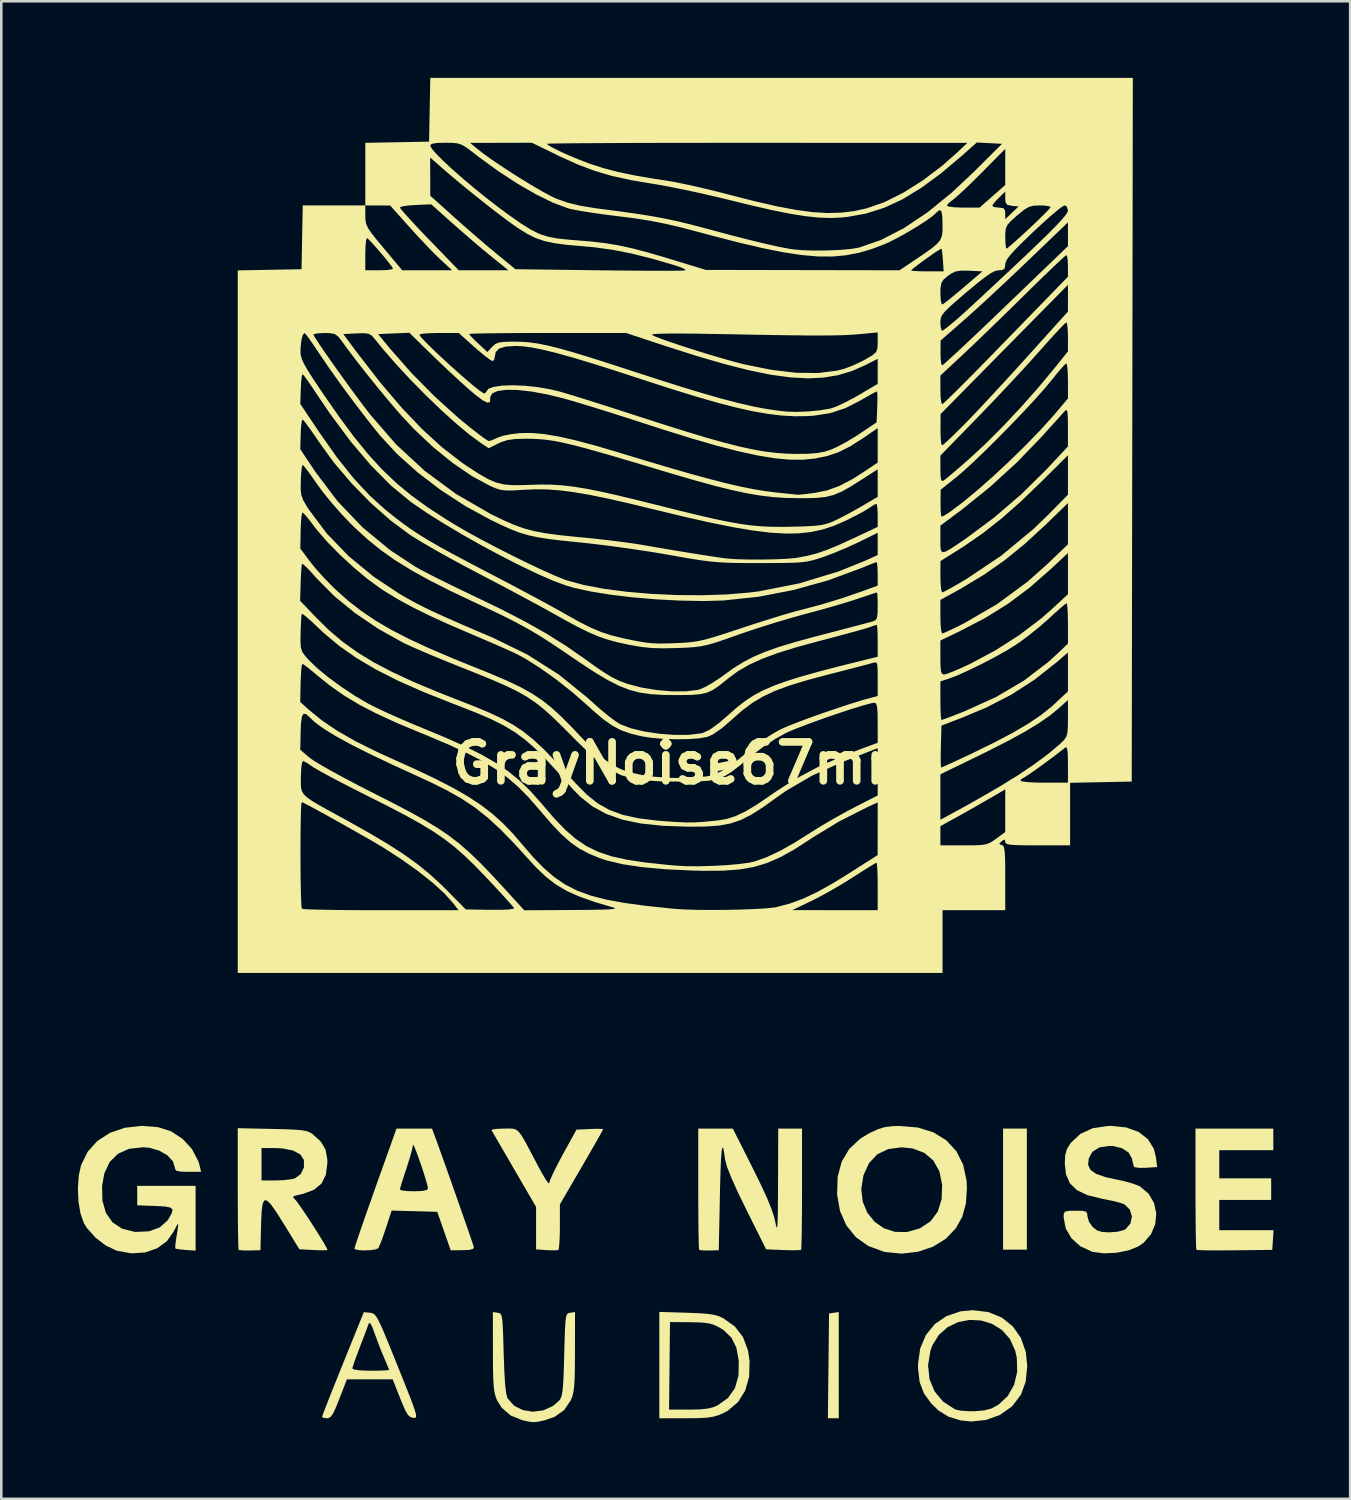
<source format=kicad_pcb>
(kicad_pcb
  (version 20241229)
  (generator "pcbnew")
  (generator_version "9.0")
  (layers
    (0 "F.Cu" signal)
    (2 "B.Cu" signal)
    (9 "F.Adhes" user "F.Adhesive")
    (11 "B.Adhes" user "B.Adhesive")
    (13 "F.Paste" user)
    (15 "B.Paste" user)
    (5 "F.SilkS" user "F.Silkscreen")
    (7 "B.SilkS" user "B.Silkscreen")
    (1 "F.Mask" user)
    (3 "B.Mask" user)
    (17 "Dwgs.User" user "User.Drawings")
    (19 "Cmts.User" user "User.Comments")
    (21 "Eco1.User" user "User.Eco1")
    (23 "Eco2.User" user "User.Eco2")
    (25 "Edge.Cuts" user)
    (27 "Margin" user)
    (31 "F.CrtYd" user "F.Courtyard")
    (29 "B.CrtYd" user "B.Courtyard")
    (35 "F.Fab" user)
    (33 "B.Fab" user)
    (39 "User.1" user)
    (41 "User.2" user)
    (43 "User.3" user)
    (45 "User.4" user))
  (footprint "GrayNoise67mm"
    (layer "F.Cu")
    (at 23.787 26.839)
    (property "Reference" "GrayNoise67mm" (at 0 0 0) (layer "F.SilkS") (effects (font (size 1.524 1.524) (thickness 0.3))))
    (attr board_only exclude_from_pos_files exclude_from_bom)
    (fp_poly (pts (xy 13.377 19.05) (xy 12.446 19.05) (xy 12.446 14.309) (xy 13.377 14.309)) (stroke (width 0) (type solid)) (fill yes) (layer "F.SilkS"))
    (fp_poly (pts (xy 6.011 25.654) (xy 5.585 25.654) (xy 5.608 23.601) (xy 5.63 21.548) (xy 5.821 21.521) (xy 6.011 21.494)) (stroke (width 0) (type solid)) (fill yes) (layer "F.SilkS"))
    (fp_poly (pts (xy 23.029 15.155) (xy 20.913 15.155) (xy 20.913 16.256) (xy 22.945 16.256) (xy 22.945 17.103) (xy 20.913 17.103) (xy 20.913 18.288) (xy 23.039 18.288) (xy 23.013 18.674) (xy 22.987 19.059) (xy 21.519 19.076) (xy 21.039 19.079) (xy 20.621 19.079) (xy 20.292 19.074) (xy 20.082 19.066) (xy 20.017 19.057) (xy 20.007 18.967) (xy 19.999 18.729) (xy 19.992 18.365) (xy 19.987 17.898) (xy 19.983 17.349) (xy 19.981 16.741) (xy 19.981 16.665) (xy 19.981 14.309) (xy 23.029 14.309)) (stroke (width 0) (type solid)) (fill yes) (layer "F.SilkS"))
    (fp_poly (pts (xy 0.064 21.521) (xy 0.543 21.54) (xy 0.891 21.566) (xy 1.143 21.607) (xy 1.339 21.666) (xy 1.482 21.733) (xy 1.939 22.056) (xy 2.262 22.475) (xy 2.457 23) (xy 2.519 23.415) (xy 2.501 24.028) (xy 2.348 24.567) (xy 2.07 25.014) (xy 1.676 25.352) (xy 1.497 25.448) (xy 1.289 25.537) (xy 1.087 25.595) (xy 0.85 25.631) (xy 0.535 25.648) (xy 0.099 25.653) (xy 0.021 25.653) (xy -1.016 25.654) (xy -1.016 25.315) (xy -0.635 25.315) (xy 0.152 25.315) (xy 0.582 25.306) (xy 0.891 25.273) (xy 1.128 25.209) (xy 1.265 25.148) (xy 1.672 24.859) (xy 1.944 24.473) (xy 2.084 23.986) (xy 2.095 23.403) (xy 2.003 22.893) (xy 1.811 22.501) (xy 1.501 22.201) (xy 1.341 22.101) (xy 1.136 22) (xy 0.925 21.938) (xy 0.656 21.905) (xy 0.279 21.893) (xy 0.191 21.892) (xy -0.599 21.886) (xy -0.617 23.601) (xy -0.635 25.315) (xy -1.016 25.315) (xy -1.016 21.488)) (stroke (width 0) (type solid)) (fill yes) (layer "F.SilkS"))
    (fp_poly (pts (xy -6.756 14.312) (xy -6.639 14.344) (xy -6.533 14.423) (xy -6.42 14.567) (xy -6.283 14.797) (xy -6.104 15.13) (xy -5.864 15.588) (xy -5.791 15.728) (xy -5.614 16.053) (xy -5.469 16.297) (xy -5.37 16.436) (xy -5.333 16.449) (xy -5.333 16.448) (xy -5.293 16.32) (xy -5.185 16.078) (xy -5.025 15.755) (xy -4.829 15.384) (xy -4.797 15.325) (xy -4.262 14.351) (xy -3.74 14.326) (xy -3.468 14.318) (xy -3.279 14.322) (xy -3.217 14.335) (xy -3.258 14.415) (xy -3.371 14.619) (xy -3.544 14.924) (xy -3.764 15.307) (xy -4.018 15.746) (xy -4.064 15.824) (xy -4.911 17.279) (xy -4.911 18.16) (xy -4.916 18.526) (xy -4.932 18.823) (xy -4.954 19.014) (xy -4.974 19.066) (xy -5.09 19.077) (xy -5.312 19.073) (xy -5.44 19.067) (xy -5.842 19.041) (xy -5.842 17.378) (xy -6.697 15.907) (xy -6.959 15.456) (xy -7.193 15.054) (xy -7.384 14.725) (xy -7.52 14.492) (xy -7.587 14.378) (xy -7.591 14.372) (xy -7.535 14.34) (xy -7.351 14.317) (xy -7.096 14.309) (xy -6.903 14.307)) (stroke (width 0) (type solid)) (fill yes) (layer "F.SilkS"))
    (fp_poly (pts (xy 2.64 15.854) (xy 2.965 16.514) (xy 3.21 17.047) (xy 3.382 17.472) (xy 3.489 17.806) (xy 3.522 17.949) (xy 3.553 18.106) (xy 3.578 18.187) (xy 3.596 18.179) (xy 3.61 18.069) (xy 3.619 17.842) (xy 3.626 17.485) (xy 3.63 16.985) (xy 3.633 16.404) (xy 3.641 14.309) (xy 4.572 14.309) (xy 4.572 16.665) (xy 4.571 17.279) (xy 4.567 17.836) (xy 4.562 18.314) (xy 4.555 18.691) (xy 4.547 18.945) (xy 4.538 19.055) (xy 4.537 19.057) (xy 4.442 19.07) (xy 4.221 19.074) (xy 3.917 19.068) (xy 3.835 19.065) (xy 3.167 19.038) (xy 2.385 17.472) (xy 2.044 16.769) (xy 1.792 16.208) (xy 1.63 15.791) (xy 1.558 15.518) (xy 1.557 15.51) (xy 1.516 15.215) (xy 1.481 15.061) (xy 1.451 15.053) (xy 1.424 15.195) (xy 1.401 15.492) (xy 1.381 15.947) (xy 1.363 16.564) (xy 1.355 16.966) (xy 1.312 19.073) (xy 0.945 19.083) (xy 0.714 19.081) (xy 0.565 19.066) (xy 0.543 19.057) (xy 0.534 18.967) (xy 0.526 18.729) (xy 0.519 18.365) (xy 0.513 17.898) (xy 0.51 17.349) (xy 0.508 16.741) (xy 0.508 16.665) (xy 0.508 14.309) (xy 1.862 14.309)) (stroke (width 0) (type solid)) (fill yes) (layer "F.SilkS"))
    (fp_poly (pts (xy 9.101 14.266) (xy 9.715 14.456) (xy 10.223 14.768) (xy 10.615 15.193) (xy 10.882 15.723) (xy 11.016 16.35) (xy 11.03 16.633) (xy 10.989 17.246) (xy 10.85 17.756) (xy 10.6 18.207) (xy 10.598 18.209) (xy 10.204 18.624) (xy 9.699 18.935) (xy 9.117 19.132) (xy 8.489 19.206) (xy 7.847 19.145) (xy 7.765 19.127) (xy 7.169 18.907) (xy 6.68 18.561) (xy 6.306 18.099) (xy 6.058 17.533) (xy 5.946 16.891) (xy 5.953 16.685) (xy 6.892 16.685) (xy 6.951 17.176) (xy 7.131 17.606) (xy 7.414 17.958) (xy 7.78 18.213) (xy 8.209 18.353) (xy 8.682 18.361) (xy 9.18 18.218) (xy 9.193 18.212) (xy 9.604 17.941) (xy 9.887 17.561) (xy 10.039 17.078) (xy 10.059 16.509) (xy 9.951 15.98) (xy 9.715 15.561) (xy 9.363 15.261) (xy 8.901 15.086) (xy 8.466 15.042) (xy 7.943 15.112) (xy 7.518 15.319) (xy 7.196 15.66) (xy 6.98 16.133) (xy 6.975 16.151) (xy 6.892 16.685) (xy 5.953 16.685) (xy 5.967 16.198) (xy 6.126 15.602) (xy 6.424 15.102) (xy 6.862 14.697) (xy 7.2 14.494) (xy 7.536 14.337) (xy 7.817 14.25) (xy 8.129 14.213) (xy 8.39 14.206)) (stroke (width 0) (type solid)) (fill yes) (layer "F.SilkS"))
    (fp_poly (pts (xy 11.873 21.496) (xy 12.397 21.711) (xy 12.825 22.052) (xy 13.143 22.506) (xy 13.336 23.057) (xy 13.392 23.609) (xy 13.332 24.217) (xy 13.148 24.724) (xy 12.829 25.151) (xy 12.774 25.205) (xy 12.32 25.524) (xy 11.781 25.719) (xy 11.198 25.78) (xy 10.78 25.736) (xy 10.309 25.593) (xy 9.921 25.354) (xy 9.635 25.078) (xy 9.347 24.68) (xy 9.178 24.237) (xy 9.115 23.706) (xy 9.115 23.584) (xy 9.508 23.584) (xy 9.565 24.121) (xy 9.763 24.599) (xy 10.09 24.996) (xy 10.538 25.288) (xy 10.596 25.314) (xy 10.783 25.355) (xy 11.073 25.376) (xy 11.355 25.376) (xy 11.723 25.343) (xy 11.999 25.268) (xy 12.256 25.127) (xy 12.263 25.123) (xy 12.628 24.784) (xy 12.876 24.346) (xy 12.998 23.838) (xy 12.984 23.291) (xy 12.921 23.006) (xy 12.711 22.546) (xy 12.4 22.196) (xy 12.014 21.955) (xy 11.581 21.824) (xy 11.129 21.801) (xy 10.685 21.888) (xy 10.276 22.084) (xy 9.93 22.389) (xy 9.674 22.803) (xy 9.599 23.01) (xy 9.508 23.584) (xy 9.115 23.584) (xy 9.114 23.537) (xy 9.198 22.925) (xy 9.421 22.397) (xy 9.768 21.968) (xy 10.225 21.654) (xy 10.776 21.467) (xy 11.265 21.421)) (stroke (width 0) (type solid)) (fill yes) (layer "F.SilkS"))
    (fp_poly (pts (xy -4.32 23.045) (xy -4.323 23.616) (xy -4.331 24.046) (xy -4.348 24.364) (xy -4.376 24.598) (xy -4.416 24.775) (xy -4.471 24.925) (xy -4.479 24.943) (xy -4.74 25.329) (xy -5.122 25.6) (xy -5.512 25.733) (xy -5.769 25.789) (xy -5.946 25.807) (xy -6.127 25.786) (xy -6.38 25.73) (xy -6.842 25.544) (xy -7.195 25.234) (xy -7.374 24.943) (xy -7.432 24.794) (xy -7.474 24.622) (xy -7.502 24.397) (xy -7.52 24.091) (xy -7.53 23.676) (xy -7.533 23.123) (xy -7.533 23.045) (xy -7.535 21.494) (xy -7.345 21.521) (xy -7.278 21.535) (xy -7.228 21.572) (xy -7.192 21.655) (xy -7.166 21.806) (xy -7.148 22.049) (xy -7.132 22.408) (xy -7.118 22.904) (xy -7.112 23.114) (xy -7.088 23.785) (xy -7.057 24.294) (xy -7.018 24.646) (xy -6.971 24.848) (xy -6.958 24.875) (xy -6.707 25.159) (xy -6.365 25.333) (xy -5.972 25.396) (xy -5.567 25.345) (xy -5.192 25.179) (xy -4.953 24.977) (xy -4.893 24.898) (xy -4.848 24.793) (xy -4.815 24.639) (xy -4.79 24.409) (xy -4.77 24.08) (xy -4.754 23.625) (xy -4.741 23.169) (xy -4.726 22.608) (xy -4.712 22.194) (xy -4.695 21.903) (xy -4.674 21.714) (xy -4.643 21.603) (xy -4.601 21.548) (xy -4.543 21.526) (xy -4.508 21.521) (xy -4.318 21.494)) (stroke (width 0) (type solid)) (fill yes) (layer "F.SilkS"))
    (fp_poly (pts (xy -9.754 14.753) (xy -9.648 15.044) (xy -9.51 15.43) (xy -9.347 15.887) (xy -9.169 16.389) (xy -8.986 16.908) (xy -8.807 17.42) (xy -8.64 17.898) (xy -8.494 18.317) (xy -8.38 18.65) (xy -8.305 18.872) (xy -8.28 18.953) (xy -8.313 19.022) (xy -8.468 19.06) (xy -8.721 19.071) (xy -9.186 19.076) (xy -9.45 18.322) (xy -9.713 17.568) (xy -10.606 17.544) (xy -11.499 17.52) (xy -11.729 18.222) (xy -11.84 18.547) (xy -11.94 18.811) (xy -12.01 18.972) (xy -12.027 18.997) (xy -12.144 19.044) (xy -12.351 19.072) (xy -12.592 19.08) (xy -12.807 19.066) (xy -12.938 19.031) (xy -12.955 19.008) (xy -12.928 18.909) (xy -12.85 18.672) (xy -12.73 18.317) (xy -12.573 17.865) (xy -12.388 17.337) (xy -12.182 16.754) (xy -12.161 16.695) (xy -11.176 16.695) (xy -11.099 16.73) (xy -10.897 16.755) (xy -10.626 16.764) (xy -10.295 16.751) (xy -10.117 16.711) (xy -10.076 16.658) (xy -10.1 16.53) (xy -10.162 16.307) (xy -10.25 16.024) (xy -10.352 15.717) (xy -10.457 15.419) (xy -10.551 15.167) (xy -10.624 14.994) (xy -10.662 14.936) (xy -10.665 14.949) (xy -10.693 15.104) (xy -10.764 15.372) (xy -10.867 15.707) (xy -10.922 15.875) (xy -11.033 16.21) (xy -11.119 16.484) (xy -11.169 16.657) (xy -11.176 16.695) (xy -12.161 16.695) (xy -12.133 16.616) (xy -11.31 14.309) (xy -9.918 14.309)) (stroke (width 0) (type solid)) (fill yes) (layer "F.SilkS"))
    (fp_poly (pts (xy -12.341 21.522) (xy -12.263 21.535) (xy -12.194 21.569) (xy -12.122 21.643) (xy -12.041 21.773) (xy -11.939 21.978) (xy -11.807 22.276) (xy -11.637 22.684) (xy -11.419 23.222) (xy -11.265 23.605) (xy -11.016 24.226) (xy -10.825 24.707) (xy -10.687 25.066) (xy -10.597 25.32) (xy -10.549 25.488) (xy -10.539 25.585) (xy -10.56 25.631) (xy -10.608 25.641) (xy -10.656 25.637) (xy -10.767 25.605) (xy -10.863 25.518) (xy -10.964 25.347) (xy -11.09 25.06) (xy -11.166 24.871) (xy -11.459 24.13) (xy -13.252 24.13) (xy -13.547 24.892) (xy -13.691 25.252) (xy -13.8 25.479) (xy -13.892 25.602) (xy -13.984 25.65) (xy -14.033 25.654) (xy -14.182 25.633) (xy -14.224 25.597) (xy -14.194 25.506) (xy -14.108 25.28) (xy -13.975 24.94) (xy -13.804 24.507) (xy -13.602 24.004) (xy -13.483 23.707) (xy -13.039 23.707) (xy -12.959 23.748) (xy -12.742 23.777) (xy -12.417 23.791) (xy -12.319 23.791) (xy -11.994 23.788) (xy -11.745 23.779) (xy -11.612 23.766) (xy -11.599 23.76) (xy -11.631 23.671) (xy -11.711 23.478) (xy -11.778 23.324) (xy -11.904 23.022) (xy -12.048 22.65) (xy -12.153 22.361) (xy -12.26 22.075) (xy -12.334 21.935) (xy -12.384 21.926) (xy -12.406 21.971) (xy -12.461 22.123) (xy -12.56 22.386) (xy -12.687 22.716) (xy -12.751 22.882) (xy -12.876 23.214) (xy -12.974 23.488) (xy -13.03 23.666) (xy -13.039 23.707) (xy -13.483 23.707) (xy -13.407 23.518) (xy -12.589 21.497)) (stroke (width 0) (type solid)) (fill yes) (layer "F.SilkS"))
    (fp_poly (pts (xy -16.177 14.322) (xy -15.66 14.335) (xy -15.284 14.351) (xy -15.019 14.374) (xy -14.836 14.408) (xy -14.706 14.456) (xy -14.601 14.521) (xy -14.595 14.526) (xy -14.272 14.819) (xy -14.088 15.131) (xy -14.019 15.513) (xy -14.016 15.649) (xy -14.074 16.113) (xy -14.247 16.463) (xy -14.547 16.71) (xy -14.985 16.87) (xy -15.109 16.896) (xy -15.309 16.944) (xy -15.363 16.994) (xy -15.312 17.051) (xy -15.227 17.148) (xy -15.081 17.35) (xy -14.894 17.624) (xy -14.685 17.941) (xy -14.474 18.268) (xy -14.282 18.576) (xy -14.128 18.832) (xy -14.033 19.006) (xy -14.013 19.065) (xy -14.105 19.075) (xy -14.318 19.074) (xy -14.576 19.064) (xy -15.113 19.035) (xy -15.706 18.069) (xy -15.996 17.608) (xy -16.214 17.295) (xy -16.373 17.132) (xy -16.481 17.117) (xy -16.55 17.252) (xy -16.589 17.536) (xy -16.61 17.97) (xy -16.613 18.087) (xy -16.637 19.072) (xy -17.046 19.082) (xy -17.292 19.081) (xy -17.456 19.068) (xy -17.491 19.057) (xy -17.5 18.967) (xy -17.508 18.729) (xy -17.515 18.365) (xy -17.521 17.898) (xy -17.524 17.349) (xy -17.526 16.74) (xy -17.526 16.658) (xy -17.526 16.341) (xy -16.595 16.341) (xy -16.05 16.341) (xy -15.726 16.328) (xy -15.441 16.295) (xy -15.287 16.258) (xy -15.057 16.088) (xy -14.932 15.824) (xy -14.936 15.537) (xy -15.075 15.321) (xy -15.359 15.168) (xy -15.774 15.085) (xy -16.084 15.071) (xy -16.595 15.071) (xy -16.595 16.341) (xy -17.526 16.341) (xy -17.526 14.294)) (stroke (width 0) (type solid)) (fill yes) (layer "F.SilkS"))
    (fp_poly (pts (xy -20.648 14.253) (xy -20.14 14.415) (xy -19.684 14.713) (xy -19.316 15.115) (xy -19.068 15.589) (xy -19.016 15.769) (xy -18.962 16.002) (xy -19.472 16.002) (xy -19.76 15.994) (xy -19.916 15.965) (xy -19.977 15.902) (xy -19.983 15.854) (xy -20.066 15.59) (xy -20.283 15.356) (xy -20.6 15.172) (xy -20.983 15.061) (xy -21.236 15.04) (xy -21.779 15.101) (xy -22.214 15.293) (xy -22.538 15.612) (xy -22.749 16.056) (xy -22.839 16.55) (xy -22.826 17.134) (xy -22.688 17.614) (xy -22.431 17.98) (xy -22.059 18.228) (xy -21.577 18.35) (xy -21.508 18.356) (xy -21 18.331) (xy -20.586 18.181) (xy -20.281 17.911) (xy -20.226 17.829) (xy -20.109 17.618) (xy -20.081 17.482) (xy -20.162 17.402) (xy -20.371 17.361) (xy -20.729 17.34) (xy -20.765 17.339) (xy -21.463 17.314) (xy -21.463 16.552) (xy -19.177 16.552) (xy -19.177 19.089) (xy -19.558 19.062) (xy -19.793 19.039) (xy -19.944 19.015) (xy -19.969 19.005) (xy -19.973 18.912) (xy -19.95 18.704) (xy -19.919 18.505) (xy -19.879 18.25) (xy -19.86 18.079) (xy -19.863 18.034) (xy -19.912 18.102) (xy -20.001 18.273) (xy -20.032 18.335) (xy -20.303 18.721) (xy -20.686 18.999) (xy -21.154 19.16) (xy -21.681 19.196) (xy -22.241 19.098) (xy -22.27 19.089) (xy -22.696 18.888) (xy -23.105 18.573) (xy -23.439 18.194) (xy -23.555 18.004) (xy -23.686 17.63) (xy -23.765 17.155) (xy -23.787 16.637) (xy -23.75 16.136) (xy -23.662 15.741) (xy -23.403 15.215) (xy -23.02 14.79) (xy -22.528 14.474) (xy -21.946 14.276) (xy -21.289 14.203)) (stroke (width 0) (type solid)) (fill yes) (layer "F.SilkS"))
    (fp_poly (pts (xy 17.279 14.267) (xy 17.757 14.443) (xy 18.118 14.724) (xy 18.351 15.1) (xy 18.436 15.451) (xy 18.477 15.815) (xy 18.033 15.845) (xy 17.774 15.847) (xy 17.604 15.82) (xy 17.565 15.79) (xy 17.529 15.65) (xy 17.49 15.474) (xy 17.358 15.244) (xy 17.099 15.076) (xy 16.75 14.993) (xy 16.62 14.987) (xy 16.219 15.046) (xy 15.944 15.217) (xy 15.802 15.476) (xy 15.775 15.726) (xy 15.867 15.925) (xy 16.089 16.082) (xy 16.457 16.21) (xy 16.826 16.29) (xy 17.193 16.37) (xy 17.524 16.462) (xy 17.762 16.551) (xy 17.805 16.573) (xy 18.146 16.86) (xy 18.359 17.224) (xy 18.445 17.631) (xy 18.406 18.048) (xy 18.242 18.441) (xy 17.953 18.777) (xy 17.752 18.919) (xy 17.366 19.076) (xy 16.892 19.171) (xy 16.402 19.195) (xy 15.969 19.14) (xy 15.917 19.125) (xy 15.471 18.917) (xy 15.124 18.605) (xy 14.898 18.218) (xy 14.817 17.785) (xy 14.817 17.783) (xy 14.824 17.636) (xy 14.875 17.56) (xy 15.01 17.531) (xy 15.272 17.526) (xy 15.282 17.526) (xy 15.549 17.531) (xy 15.688 17.56) (xy 15.74 17.632) (xy 15.748 17.742) (xy 15.807 17.95) (xy 15.948 18.157) (xy 15.956 18.165) (xy 16.124 18.295) (xy 16.328 18.358) (xy 16.614 18.373) (xy 16.929 18.348) (xy 17.178 18.283) (xy 17.243 18.248) (xy 17.434 18.026) (xy 17.49 17.757) (xy 17.415 17.493) (xy 17.212 17.286) (xy 17.183 17.27) (xy 17.022 17.213) (xy 16.746 17.143) (xy 16.408 17.073) (xy 16.317 17.056) (xy 15.754 16.918) (xy 15.34 16.721) (xy 15.063 16.453) (xy 14.908 16.1) (xy 14.862 15.672) (xy 14.878 15.352) (xy 14.942 15.12) (xy 15.077 14.899) (xy 15.105 14.862) (xy 15.473 14.516) (xy 15.952 14.297) (xy 16.54 14.207) (xy 16.696 14.204)) (stroke (width 0) (type solid)) (fill yes) (layer "F.SilkS"))
    (fp_poly (pts (xy 17.484 0.72) (xy 15.071 0.767) (xy 15.071 3.217) (xy 13.801 3.217) (xy 13.308 3.215) (xy 12.96 3.208) (xy 12.733 3.192) (xy 12.602 3.166) (xy 12.542 3.126) (xy 12.531 3.08) (xy 12.512 2.99) (xy 12.428 3.028) (xy 12.39 3.059) (xy 12.295 3.151) (xy 12.336 3.19) (xy 12.39 3.202) (xy 12.445 3.231) (xy 12.484 3.308) (xy 12.509 3.46) (xy 12.523 3.711) (xy 12.529 4.086) (xy 12.531 4.494) (xy 12.531 5.757) (xy 10.075 5.757) (xy 10.075 8.213) (xy -17.526 8.213) (xy -17.526 3.57) (xy -15.07 3.57) (xy -15.068 4.081) (xy -15.063 4.567) (xy -15.055 5) (xy -15.044 5.351) (xy -15.031 5.594) (xy -15.015 5.699) (xy -15.014 5.701) (xy -14.919 5.714) (xy -14.675 5.726) (xy -14.299 5.736) (xy -13.813 5.745) (xy -13.235 5.752) (xy -12.584 5.756) (xy -11.92 5.757) (xy -8.881 5.757) (xy -9.098 5.473) (xy -9.435 5.097) (xy -9.901 4.674) (xy -10.473 4.22) (xy -11.125 3.756) (xy -11.833 3.3) (xy -12.299 3.024) (xy -12.942 2.658) (xy -13.525 2.329) (xy -14.034 2.045) (xy -14.453 1.815) (xy -14.767 1.646) (xy -14.962 1.547) (xy -15.02 1.524) (xy -15.036 1.604) (xy -15.049 1.826) (xy -15.058 2.161) (xy -15.065 2.582) (xy -15.069 3.061) (xy -15.07 3.57) (xy -17.526 3.57) (xy -17.526 0.769) (xy -15.056 0.769) (xy -15.05 0.94) (xy -15.021 1.08) (xy -14.95 1.206) (xy -14.821 1.333) (xy -14.617 1.477) (xy -14.32 1.654) (xy -13.914 1.88) (xy -13.382 2.17) (xy -13.25 2.242) (xy -12.392 2.723) (xy -11.666 3.154) (xy -11.047 3.552) (xy -10.512 3.935) (xy -10.036 4.319) (xy -9.595 4.72) (xy -9.398 4.914) (xy -8.594 5.727) (xy -7.634 5.742) (xy -7.227 5.742) (xy -6.921 5.729) (xy -6.741 5.704) (xy -6.703 5.678) (xy -6.767 5.594) (xy -6.93 5.409) (xy -7.172 5.142) (xy -7.475 4.815) (xy -7.815 4.453) (xy -8.246 4.007) (xy -8.644 3.622) (xy -9.031 3.282) (xy -9.434 2.97) (xy -9.874 2.669) (xy -10.377 2.364) (xy -10.966 2.037) (xy -11.665 1.672) (xy -12.381 1.312) (xy -12.927 1.037) (xy -13.436 0.775) (xy -13.885 0.539) (xy -14.249 0.342) (xy -14.504 0.196) (xy -14.615 0.125) (xy -14.807 -0.007) (xy -14.949 -0.08) (xy -14.972 -0.085) (xy -15.011 -0.007) (xy -15.04 0.2) (xy -15.053 0.496) (xy -15.054 0.551) (xy -15.056 0.769) (xy -17.526 0.769) (xy -17.526 -0.528) (xy -15.079 -0.528) (xy -14.718 -0.219) (xy -14.545 -0.098) (xy -14.244 0.084) (xy -13.841 0.313) (xy -13.359 0.576) (xy -12.824 0.858) (xy -12.322 1.115) (xy -11.496 1.534) (xy -10.799 1.899) (xy -10.209 2.227) (xy -9.701 2.535) (xy -9.251 2.84) (xy -8.837 3.16) (xy -8.434 3.513) (xy -8.018 3.915) (xy -7.567 4.384) (xy -7.056 4.937) (xy -6.943 5.061) (xy -6.308 5.759) (xy -5.301 5.754) (xy 4.191 5.754) (xy 7.535 5.757) (xy 7.535 4.826) (xy 7.532 4.452) (xy 7.521 4.149) (xy 7.506 3.953) (xy 7.491 3.895) (xy 7.406 3.938) (xy 7.21 4.057) (xy 6.93 4.233) (xy 6.595 4.449) (xy 6.58 4.458) (xy 6.146 4.729) (xy 5.667 5.008) (xy 5.212 5.257) (xy 4.953 5.388) (xy 4.191 5.754) (xy -5.301 5.754) (xy -4.403 5.749) (xy -3.77 5.744) (xy -3.297 5.735) (xy -2.975 5.723) (xy -2.793 5.705) (xy -2.741 5.682) (xy -2.794 5.658) (xy -3.533 5.439) (xy -4.136 5.227) (xy -4.637 5.004) (xy -5.066 4.751) (xy -5.457 4.45) (xy -5.841 4.083) (xy -6.116 3.785) (xy -6.717 3.125) (xy -7.25 2.579) (xy -7.748 2.123) (xy -8.24 1.733) (xy -8.76 1.387) (xy -9.339 1.06) (xy -10.008 0.728) (xy -10.504 0.5) (xy -11.526 0.032) (xy -12.396 -0.383) (xy -13.122 -0.75) (xy -13.709 -1.073) (xy -14.167 -1.356) (xy -14.502 -1.601) (xy -14.689 -1.777) (xy -14.841 -1.919) (xy -14.946 -1.939) (xy -15.013 -1.826) (xy -15.049 -1.566) (xy -15.063 -1.238) (xy -15.079 -0.528) (xy -17.526 -0.528) (xy -17.526 -2.398) (xy -15.079 -2.398) (xy -14.749 -2.1) (xy -14.234 -1.679) (xy -13.631 -1.271) (xy -12.918 -0.863) (xy -12.073 -0.443) (xy -11.494 -0.179) (xy -10.554 0.245) (xy -9.754 0.626) (xy -9.072 0.978) (xy -8.49 1.314) (xy -7.986 1.648) (xy -7.541 1.991) (xy -7.134 2.359) (xy -6.745 2.763) (xy -6.397 3.167) (xy -5.958 3.676) (xy -5.543 4.104) (xy -5.131 4.46) (xy -4.701 4.753) (xy -4.232 4.991) (xy -3.702 5.185) (xy -3.091 5.343) (xy -2.376 5.473) (xy -1.537 5.586) (xy -0.553 5.69) (xy -0.423 5.702) (xy -0.041 5.727) (xy 0.442 5.742) (xy 0.991 5.747) (xy 1.569 5.744) (xy 2.14 5.732) (xy 2.669 5.713) (xy 3.119 5.687) (xy 3.454 5.654) (xy 3.572 5.634) (xy 4.089 5.499) (xy 4.613 5.306) (xy 5.175 5.041) (xy 5.805 4.688) (xy 6.412 4.313) (xy 7.533 3.598) (xy 7.533 3.217) (xy 9.991 3.217) (xy 10.905 3.217) (xy 11.313 3.215) (xy 11.593 3.203) (xy 11.787 3.172) (xy 11.939 3.113) (xy 12.088 3.019) (xy 12.175 2.956) (xy 12.531 2.695) (xy 12.531 1.025) (xy 11.832 1.431) (xy 11.437 1.658) (xy 11.014 1.898) (xy 10.639 2.107) (xy 10.562 2.15) (xy 9.991 2.464) (xy 9.991 3.217) (xy 7.533 3.217) (xy 7.534 2.566) (xy 7.535 2.215) (xy 9.991 2.215) (xy 10.732 1.813) (xy 11.121 1.597) (xy 11.589 1.332) (xy 12.067 1.056) (xy 12.381 0.872) (xy 12.695 0.677) (xy 13.123 0.677) (xy 13.204 0.716) (xy 13.433 0.743) (xy 13.787 0.759) (xy 14.055 0.762) (xy 14.986 0.762) (xy 14.986 0.032) (xy 14.981 -0.325) (xy 14.963 -0.536) (xy 14.93 -0.623) (xy 14.88 -0.612) (xy 14.624 -0.411) (xy 14.322 -0.182) (xy 14.004 0.052) (xy 13.702 0.269) (xy 13.447 0.446) (xy 13.27 0.561) (xy 13.205 0.593) (xy 13.126 0.657) (xy 13.123 0.677) (xy 12.695 0.677) (xy 13.055 0.455) (xy 13.683 0.03) (xy 14.231 -0.378) (xy 14.664 -0.743) (xy 14.711 -0.787) (xy 14.845 -0.923) (xy 14.927 -1.048) (xy 14.968 -1.208) (xy 14.984 -1.45) (xy 14.986 -1.762) (xy 14.986 -2.475) (xy 14.64 -2.162) (xy 14.28 -1.867) (xy 13.838 -1.561) (xy 13.296 -1.232) (xy 12.636 -0.871) (xy 11.839 -0.466) (xy 11.547 -0.322) (xy 9.991 0.434) (xy 9.991 2.215) (xy 7.535 2.215) (xy 7.535 1.534) (xy 7.133 1.72) (xy 6.036 2.275) (xy 5.007 2.899) (xy 4.879 2.984) (xy 4.268 3.378) (xy 3.72 3.683) (xy 3.201 3.909) (xy 2.676 4.066) (xy 2.107 4.163) (xy 1.461 4.209) (xy 0.702 4.213) (xy 0.254 4.202) (xy -0.798 4.152) (xy -1.695 4.07) (xy -2.449 3.957) (xy -3.071 3.809) (xy -3.362 3.713) (xy -3.783 3.538) (xy -4.154 3.34) (xy -4.502 3.094) (xy -4.857 2.777) (xy -5.246 2.368) (xy -5.699 1.841) (xy -5.731 1.803) (xy -6.136 1.338) (xy -6.536 0.933) (xy -6.953 0.572) (xy -7.41 0.241) (xy -7.929 -0.075) (xy -8.534 -0.391) (xy -9.248 -0.72) (xy -10.093 -1.078) (xy -10.43 -1.215) (xy -11.337 -1.595) (xy -12.109 -1.951) (xy -12.775 -2.297) (xy -13.363 -2.651) (xy -13.902 -3.029) (xy -14.423 -3.447) (xy -14.441 -3.463) (xy -14.685 -3.666) (xy -14.878 -3.818) (xy -14.987 -3.891) (xy -14.996 -3.894) (xy -15.021 -3.816) (xy -15.043 -3.607) (xy -15.059 -3.304) (xy -15.064 -3.146) (xy -15.079 -2.398) (xy -17.526 -2.398) (xy -17.526 -4.764) (xy -15.07 -4.764) (xy -15.056 -4.538) (xy -15.008 -4.377) (xy -14.91 -4.23) (xy -14.758 -4.055) (xy -14.427 -3.733) (xy -13.984 -3.368) (xy -13.47 -2.991) (xy -12.926 -2.632) (xy -12.42 -2.335) (xy -12.1 -2.173) (xy -11.667 -1.969) (xy -11.166 -1.746) (xy -10.641 -1.521) (xy -10.329 -1.393) (xy -9.411 -1.012) (xy -8.632 -0.663) (xy -7.972 -0.333) (xy -7.408 -0.007) (xy -6.918 0.328) (xy -6.479 0.688) (xy -6.07 1.085) (xy -5.667 1.535) (xy -5.597 1.618) (xy -5.135 2.156) (xy -4.709 2.599) (xy -4.297 2.958) (xy -3.874 3.244) (xy -3.414 3.469) (xy -2.893 3.644) (xy -2.287 3.779) (xy -1.57 3.887) (xy -0.719 3.979) (xy -0.339 4.013) (xy 0.074 4.034) (xy 0.567 4.035) (xy 1.099 4.02) (xy 1.625 3.991) (xy 2.104 3.949) (xy 2.491 3.897) (xy 2.709 3.85) (xy 3.191 3.678) (xy 3.703 3.438) (xy 4.279 3.114) (xy 4.884 2.732) (xy 5.294 2.475) (xy 5.786 2.186) (xy 6.286 1.907) (xy 6.596 1.744) (xy 7.535 1.263) (xy 7.535 -0.303) (xy 10.002 -0.303) (xy 10.004 -0.027) (xy 10.013 0.138) (xy 10.023 0.169) (xy 10.108 0.135) (xy 10.319 0.04) (xy 10.629 -0.102) (xy 11.009 -0.28) (xy 11.225 -0.382) (xy 12.098 -0.809) (xy 12.828 -1.194) (xy 13.433 -1.549) (xy 13.93 -1.884) (xy 14.338 -2.21) (xy 14.445 -2.308) (xy 14.986 -2.813) (xy 14.986 -4.334) (xy 14.558 -3.966) (xy 13.679 -3.273) (xy 12.774 -2.687) (xy 11.792 -2.181) (xy 10.837 -1.781) (xy 10.033 -1.474) (xy 10.009 -0.652) (xy 10.002 -0.303) (xy 7.535 -0.303) (xy 7.535 -0.59) (xy 7.091 -0.416) (xy 6.765 -0.287) (xy 6.378 -0.135) (xy 6.096 -0.024) (xy 4.965 0.487) (xy 3.958 1.075) (xy 3.596 1.328) (xy 3.05 1.72) (xy 2.591 2.013) (xy 2.179 2.222) (xy 1.771 2.36) (xy 1.329 2.441) (xy 0.811 2.479) (xy 0.177 2.486) (xy 0.127 2.486) (xy -0.873 2.452) (xy -1.731 2.362) (xy -2.465 2.209) (xy -3.096 1.986) (xy -3.641 1.688) (xy -4.12 1.307) (xy -4.422 0.994) (xy -4.979 0.365) (xy -5.456 -0.152) (xy -5.881 -0.576) (xy -6.28 -0.926) (xy -6.681 -1.22) (xy -7.11 -1.479) (xy -7.594 -1.721) (xy -8.16 -1.965) (xy -8.836 -2.231) (xy -9.102 -2.333) (xy -10.248 -2.788) (xy -11.246 -3.23) (xy -12.115 -3.67) (xy -12.874 -4.119) (xy -13.543 -4.587) (xy -14.141 -5.086) (xy -14.354 -5.286) (xy -14.617 -5.535) (xy -14.834 -5.726) (xy -14.976 -5.836) (xy -15.019 -5.852) (xy -15.035 -5.748) (xy -15.05 -5.519) (xy -15.062 -5.208) (xy -15.065 -5.107) (xy -15.07 -4.764) (xy -17.526 -4.764) (xy -17.526 -6.363) (xy -15.085 -6.363) (xy -14.442 -5.69) (xy -13.946 -5.204) (xy -13.423 -4.761) (xy -12.852 -4.35) (xy -12.212 -3.958) (xy -11.482 -3.574) (xy -10.641 -3.184) (xy -9.669 -2.777) (xy -8.995 -2.512) (xy -8.278 -2.232) (xy -7.682 -1.983) (xy -7.177 -1.747) (xy -6.738 -1.504) (xy -6.338 -1.236) (xy -5.949 -0.924) (xy -5.544 -0.548) (xy -5.098 -0.09) (xy -4.582 0.469) (xy -4.297 0.784) (xy -3.864 1.224) (xy -3.433 1.569) (xy -2.973 1.83) (xy -2.453 2.021) (xy -1.841 2.156) (xy -1.106 2.247) (xy -0.746 2.276) (xy -0.294 2.306) (xy 0.053 2.32) (xy 0.357 2.318) (xy 0.682 2.299) (xy 1.089 2.261) (xy 1.275 2.242) (xy 1.619 2.184) (xy 1.965 2.073) (xy 2.341 1.896) (xy 2.777 1.637) (xy 3.3 1.284) (xy 3.494 1.146) (xy 4.3 0.624) (xy 5.212 0.14) (xy 6.255 -0.318) (xy 6.879 -0.558) (xy 7.535 -0.8) (xy 7.535 -1.585) (xy 7.53 -1.967) (xy 7.512 -2.207) (xy 7.476 -2.332) (xy 7.418 -2.371) (xy 7.414 -2.371) (xy 7.255 -2.342) (xy 6.968 -2.264) (xy 6.586 -2.147) (xy 6.138 -2.001) (xy 5.657 -1.838) (xy 5.174 -1.667) (xy 4.718 -1.5) (xy 4.323 -1.347) (xy 4.018 -1.219) (xy 3.937 -1.181) (xy 3.528 -0.953) (xy 3.07 -0.652) (xy 2.633 -0.323) (xy 2.545 -0.25) (xy 2.139 0.088) (xy 1.815 0.336) (xy 1.534 0.509) (xy 1.257 0.62) (xy 0.945 0.683) (xy 0.559 0.712) (xy 0.06 0.719) (xy -0.212 0.72) (xy -0.957 0.711) (xy -1.568 0.675) (xy -2.077 0.598) (xy -2.517 0.467) (xy -2.923 0.266) (xy -3.328 -0.017) (xy -3.766 -0.397) (xy -4.27 -0.888) (xy -4.403 -1.022) (xy -4.843 -1.465) (xy -5.221 -1.83) (xy -5.561 -2.134) (xy -5.889 -2.391) (xy -6.229 -2.618) (xy -6.607 -2.83) (xy -7.049 -3.043) (xy -7.58 -3.274) (xy -8.224 -3.536) (xy -8.803 -3.767) (xy -9.343 -3.984) (xy -9.871 -4.201) (xy -10.352 -4.405) (xy -10.75 -4.579) (xy -11.028 -4.709) (xy -11.046 -4.718) (xy -12.018 -5.26) (xy -12.927 -5.876) (xy -13.74 -6.539) (xy -14.421 -7.223) (xy -14.472 -7.281) (xy -14.695 -7.531) (xy -14.876 -7.714) (xy -14.988 -7.806) (xy -15.01 -7.808) (xy -15.027 -7.7) (xy -15.045 -7.467) (xy -15.06 -7.154) (xy -15.063 -7.055) (xy -15.085 -6.363) (xy -17.526 -6.363) (xy -17.526 -8.409) (xy -15.077 -8.409) (xy -14.706 -7.909) (xy -14.474 -7.623) (xy -14.168 -7.281) (xy -13.837 -6.94) (xy -13.696 -6.803) (xy -13.211 -6.37) (xy -12.701 -5.972) (xy -12.147 -5.596) (xy -11.526 -5.231) (xy -10.818 -4.866) (xy -10.003 -4.488) (xy -9.058 -4.086) (xy -8.358 -3.803) (xy -7.598 -3.496) (xy -6.969 -3.226) (xy -6.445 -2.976) (xy -5.998 -2.727) (xy -5.599 -2.461) (xy -5.221 -2.16) (xy -4.837 -1.807) (xy -4.417 -1.383) (xy -4.072 -1.017) (xy -3.616 -0.547) (xy -3.224 -0.193) (xy -2.859 0.065) (xy -2.489 0.249) (xy -2.078 0.38) (xy -1.678 0.465) (xy -1.17 0.534) (xy -0.611 0.573) (xy -0.05 0.582) (xy 0.468 0.56) (xy 0.892 0.508) (xy 1.064 0.467) (xy 1.361 0.341) (xy 1.701 0.141) (xy 1.947 -0.04) (xy 2.421 -0.425) (xy 2.795 -0.719) (xy 3.098 -0.941) (xy 3.358 -1.114) (xy 3.603 -1.255) (xy 3.78 -1.347) (xy 4.043 -1.463) (xy 4.431 -1.615) (xy 4.905 -1.791) (xy 5.428 -1.977) (xy 5.963 -2.159) (xy 6.471 -2.326) (xy 6.87 -2.449) (xy 9.991 -2.449) (xy 9.995 -2.115) (xy 10.007 -1.856) (xy 10.025 -1.711) (xy 10.034 -1.693) (xy 10.126 -1.723) (xy 10.341 -1.802) (xy 10.646 -1.919) (xy 10.944 -2.037) (xy 12.174 -2.594) (xy 13.263 -3.235) (xy 14.219 -3.966) (xy 14.499 -4.221) (xy 14.986 -4.682) (xy 14.986 -5.474) (xy 14.981 -5.816) (xy 14.967 -6.084) (xy 14.947 -6.241) (xy 14.935 -6.265) (xy 14.855 -6.211) (xy 14.681 -6.065) (xy 14.441 -5.85) (xy 14.246 -5.67) (xy 13.883 -5.351) (xy 13.471 -5.018) (xy 13.081 -4.728) (xy 12.964 -4.648) (xy 12.577 -4.409) (xy 12.107 -4.146) (xy 11.599 -3.881) (xy 11.099 -3.638) (xy 10.653 -3.438) (xy 10.308 -3.307) (xy 9.991 -3.204) (xy 9.991 -2.449) (xy 6.87 -2.449) (xy 6.916 -2.463) (xy 7.176 -2.536) (xy 7.535 -2.631) (xy 7.535 -3.311) (xy 7.533 -3.647) (xy 7.521 -3.845) (xy 7.488 -3.936) (xy 7.425 -3.951) (xy 7.345 -3.93) (xy 7.206 -3.89) (xy 6.931 -3.817) (xy 6.55 -3.717) (xy 6.092 -3.599) (xy 5.585 -3.469) (xy 5.546 -3.459) (xy 4.739 -3.243) (xy 4.072 -3.039) (xy 3.517 -2.833) (xy 3.046 -2.613) (xy 2.631 -2.365) (xy 2.244 -2.078) (xy 1.883 -1.76) (xy 1.444 -1.378) (xy 1.087 -1.13) (xy 0.874 -1.034) (xy 0.561 -0.976) (xy 0.132 -0.944) (xy -0.365 -0.937) (xy -0.88 -0.955) (xy -1.361 -0.998) (xy -1.713 -1.055) (xy -2.155 -1.164) (xy -2.527 -1.297) (xy -2.87 -1.479) (xy -3.225 -1.732) (xy -3.632 -2.08) (xy -3.833 -2.264) (xy -4.424 -2.782) (xy -5.055 -3.28) (xy -5.683 -3.728) (xy -6.266 -4.095) (xy -6.562 -4.255) (xy -6.784 -4.361) (xy -7.125 -4.515) (xy -7.55 -4.701) (xy -8.02 -4.903) (xy -8.34 -5.039) (xy -9.235 -5.424) (xy -9.995 -5.77) (xy -10.647 -6.091) (xy -11.217 -6.4) (xy -11.732 -6.71) (xy -11.921 -6.833) (xy -12.432 -7.205) (xy -12.982 -7.663) (xy -13.528 -8.166) (xy -14.027 -8.675) (xy -14.437 -9.149) (xy -14.538 -9.282) (xy -14.73 -9.535) (xy -14.888 -9.724) (xy -14.981 -9.817) (xy -14.992 -9.821) (xy -15.019 -9.743) (xy -15.043 -9.535) (xy -15.06 -9.236) (xy -15.063 -9.115) (xy -15.077 -8.409) (xy -17.526 -8.409) (xy -17.526 -10.735) (xy -15.062 -10.735) (xy -15.036 -10.502) (xy -14.962 -10.299) (xy -14.82 -10.054) (xy -14.75 -9.945) (xy -14.044 -9.001) (xy -13.188 -8.115) (xy -12.198 -7.301) (xy -11.194 -6.635) (xy -10.883 -6.454) (xy -10.564 -6.28) (xy -10.214 -6.101) (xy -9.811 -5.908) (xy -9.332 -5.69) (xy -8.756 -5.437) (xy -8.059 -5.137) (xy -7.539 -4.917) (xy -6.189 -4.257) (xy -4.947 -3.469) (xy -3.811 -2.549) (xy -3.683 -2.431) (xy -3.348 -2.131) (xy -3.017 -1.858) (xy -2.73 -1.643) (xy -2.542 -1.525) (xy -2.132 -1.368) (xy -1.608 -1.243) (xy -1.021 -1.154) (xy -0.423 -1.109) (xy 0.134 -1.111) (xy 0.599 -1.166) (xy 0.704 -1.191) (xy 0.965 -1.317) (xy 1.315 -1.569) (xy 1.718 -1.917) (xy 2.03 -2.193) (xy 2.339 -2.433) (xy 2.663 -2.646) (xy 3.021 -2.84) (xy 3.433 -3.021) (xy 3.917 -3.199) (xy 4.494 -3.381) (xy 5.182 -3.575) (xy 6.001 -3.789) (xy 6.795 -3.987) (xy 7.408 -4.138) (xy 9.991 -4.138) (xy 9.995 -3.801) (xy 10.014 -3.6) (xy 10.054 -3.502) (xy 10.123 -3.473) (xy 10.139 -3.473) (xy 10.271 -3.508) (xy 10.518 -3.605) (xy 10.844 -3.746) (xy 11.176 -3.901) (xy 12.145 -4.419) (xy 13.082 -5.019) (xy 13.933 -5.664) (xy 14.33 -6.011) (xy 14.986 -6.618) (xy 14.986 -8.229) (xy 14.332 -7.619) (xy 13.484 -6.875) (xy 12.643 -6.246) (xy 11.75 -5.69) (xy 10.748 -5.168) (xy 10.729 -5.159) (xy 9.991 -4.805) (xy 9.991 -4.138) (xy 7.408 -4.138) (xy 7.535 -4.169) (xy 7.535 -4.794) (xy 7.531 -5.095) (xy 7.519 -5.316) (xy 7.501 -5.417) (xy 7.499 -5.419) (xy 7.401 -5.392) (xy 7.223 -5.327) (xy 7.072 -5.28) (xy 6.785 -5.197) (xy 6.39 -5.089) (xy 5.914 -4.961) (xy 5.387 -4.822) (xy 5.212 -4.776) (xy 4.335 -4.537) (xy 3.604 -4.309) (xy 2.996 -4.083) (xy 2.487 -3.849) (xy 2.056 -3.598) (xy 1.68 -3.321) (xy 1.655 -3.3) (xy 1.347 -3.051) (xy 1.095 -2.877) (xy 0.856 -2.766) (xy 0.586 -2.703) (xy 0.242 -2.675) (xy -0.219 -2.668) (xy -0.339 -2.668) (xy -0.893 -2.676) (xy -1.37 -2.706) (xy -1.795 -2.769) (xy -2.197 -2.876) (xy -2.604 -3.035) (xy -3.042 -3.259) (xy -3.54 -3.557) (xy -4.124 -3.939) (xy -4.632 -4.285) (xy -5.186 -4.659) (xy -5.681 -4.977) (xy -6.157 -5.259) (xy -6.653 -5.529) (xy -7.209 -5.809) (xy -7.867 -6.121) (xy -8.17 -6.262) (xy -9.148 -6.723) (xy -9.987 -7.147) (xy -10.712 -7.548) (xy -11.347 -7.94) (xy -11.914 -8.34) (xy -12.436 -8.761) (xy -12.938 -9.219) (xy -13.121 -9.399) (xy -13.485 -9.782) (xy -13.86 -10.21) (xy -14.198 -10.628) (xy -14.43 -10.944) (xy -14.641 -11.248) (xy -14.819 -11.491) (xy -14.941 -11.645) (xy -14.985 -11.684) (xy -15.013 -11.606) (xy -15.038 -11.401) (xy -15.056 -11.111) (xy -15.057 -11.067) (xy -15.062 -10.735) (xy -17.526 -10.735) (xy -17.526 -12.294) (xy -15.076 -12.294) (xy -14.477 -11.398) (xy -13.615 -10.257) (xy -12.635 -9.233) (xy -11.548 -8.337) (xy -10.561 -7.69) (xy -10.299 -7.546) (xy -9.916 -7.347) (xy -9.446 -7.111) (xy -8.921 -6.854) (xy -8.375 -6.592) (xy -8.213 -6.515) (xy -7.157 -6.005) (xy -6.235 -5.526) (xy -5.419 -5.064) (xy -4.681 -4.601) (xy -3.991 -4.123) (xy -3.986 -4.119) (xy -3.527 -3.79) (xy -3.168 -3.547) (xy -2.875 -3.37) (xy -2.614 -3.24) (xy -2.352 -3.137) (xy -2.241 -3.1) (xy -1.707 -2.961) (xy -1.12 -2.865) (xy -0.528 -2.814) (xy 0.016 -2.814) (xy 0.464 -2.867) (xy 0.55 -2.888) (xy 0.777 -2.983) (xy 1.078 -3.154) (xy 1.399 -3.368) (xy 1.482 -3.429) (xy 1.877 -3.714) (xy 2.265 -3.957) (xy 2.674 -4.17) (xy 3.131 -4.364) (xy 3.665 -4.553) (xy 4.304 -4.746) (xy 5.076 -4.957) (xy 5.24 -5) (xy 5.794 -5.144) (xy 6.302 -5.277) (xy 6.738 -5.391) (xy 7.075 -5.481) (xy 7.289 -5.538) (xy 7.345 -5.553) (xy 7.449 -5.6) (xy 7.506 -5.692) (xy 7.513 -5.738) (xy 9.991 -5.738) (xy 9.999 -5.428) (xy 10.021 -5.197) (xy 10.053 -5.085) (xy 10.062 -5.08) (xy 10.162 -5.116) (xy 10.379 -5.215) (xy 10.676 -5.359) (xy 10.938 -5.49) (xy 12.21 -6.229) (xy 13.403 -7.108) (xy 14.158 -7.779) (xy 14.986 -8.572) (xy 14.986 -10.186) (xy 14.118 -9.345) (xy 13.303 -8.594) (xy 12.512 -7.951) (xy 11.69 -7.377) (xy 10.781 -6.83) (xy 10.52 -6.685) (xy 9.991 -6.396) (xy 9.991 -5.738) (xy 7.513 -5.738) (xy 7.531 -5.873) (xy 7.535 -6.148) (xy 7.532 -6.426) (xy 7.522 -6.621) (xy 7.509 -6.689) (xy 7.423 -6.663) (xy 7.213 -6.595) (xy 6.916 -6.495) (xy 6.726 -6.431) (xy 6.359 -6.313) (xy 5.884 -6.171) (xy 5.354 -6.02) (xy 4.826 -5.877) (xy 4.699 -5.844) (xy 4.142 -5.69) (xy 3.497 -5.498) (xy 2.835 -5.289) (xy 2.225 -5.085) (xy 2.074 -5.032) (xy 1.572 -4.854) (xy 1.187 -4.725) (xy 0.88 -4.637) (xy 0.609 -4.58) (xy 0.332 -4.545) (xy 0.011 -4.524) (xy -0.339 -4.51) (xy -0.881 -4.499) (xy -1.324 -4.512) (xy -1.734 -4.555) (xy -2.18 -4.633) (xy -2.267 -4.651) (xy -2.683 -4.743) (xy -3.049 -4.843) (xy -3.4 -4.964) (xy -3.769 -5.121) (xy -4.188 -5.327) (xy -4.692 -5.597) (xy -5.183 -5.871) (xy -5.603 -6.103) (xy -6.132 -6.39) (xy -6.728 -6.71) (xy -7.349 -7.039) (xy -7.954 -7.356) (xy -8.115 -7.44) (xy -8.686 -7.741) (xy -9.264 -8.055) (xy -9.812 -8.363) (xy -10.294 -8.643) (xy -10.675 -8.875) (xy -10.782 -8.945) (xy -11.541 -9.507) (xy -12.315 -10.191) (xy -13.065 -10.956) (xy -13.751 -11.763) (xy -14.265 -12.467) (xy -14.508 -12.824) (xy -14.72 -13.124) (xy -14.882 -13.342) (xy -14.976 -13.453) (xy -14.99 -13.462) (xy -15.02 -13.385) (xy -15.046 -13.181) (xy -15.061 -12.894) (xy -15.062 -12.878) (xy -15.076 -12.294) (xy -17.526 -12.294) (xy -17.526 -14.071) (xy -15.077 -14.071) (xy -14.321 -12.941) (xy -13.639 -11.974) (xy -12.985 -11.155) (xy -12.344 -10.468) (xy -11.761 -9.943) (xy -11.416 -9.664) (xy -11.096 -9.418) (xy -10.78 -9.19) (xy -10.446 -8.968) (xy -10.074 -8.738) (xy -9.641 -8.488) (xy -9.126 -8.206) (xy -8.509 -7.877) (xy -7.768 -7.489) (xy -7.526 -7.363) (xy -6.942 -7.057) (xy -6.351 -6.744) (xy -5.788 -6.443) (xy -5.287 -6.171) (xy -4.884 -5.948) (xy -4.718 -5.853) (xy -4.167 -5.544) (xy -3.709 -5.313) (xy -3.301 -5.14) (xy -2.897 -5.008) (xy -2.452 -4.898) (xy -2.371 -4.88) (xy -1.925 -4.788) (xy -1.584 -4.729) (xy -1.288 -4.697) (xy -0.976 -4.687) (xy -0.589 -4.695) (xy -0.339 -4.704) (xy -0.024 -4.719) (xy 0.248 -4.743) (xy 0.51 -4.783) (xy 0.794 -4.847) (xy 1.135 -4.944) (xy 1.565 -5.08) (xy 2.117 -5.263) (xy 2.201 -5.291) (xy 2.757 -5.474) (xy 3.311 -5.649) (xy 3.824 -5.806) (xy 4.256 -5.931) (xy 4.568 -6.014) (xy 4.572 -6.014) (xy 5.332 -6.215) (xy 6.174 -6.473) (xy 7.029 -6.768) (xy 7.091 -6.791) (xy 7.535 -6.955) (xy 7.535 -7.303) (xy 9.992 -7.303) (xy 10.001 -7.005) (xy 10.024 -6.786) (xy 10.058 -6.69) (xy 10.063 -6.689) (xy 10.16 -6.73) (xy 10.371 -6.843) (xy 10.664 -7.01) (xy 11.011 -7.214) (xy 11.025 -7.223) (xy 12.385 -8.135) (xy 13.64 -9.177) (xy 14.203 -9.72) (xy 14.986 -10.513) (xy 14.986 -12.06) (xy 13.906 -10.986) (xy 13.114 -10.225) (xy 12.379 -9.578) (xy 11.667 -9.017) (xy 10.942 -8.514) (xy 10.714 -8.368) (xy 9.994 -7.916) (xy 9.992 -7.303) (xy 7.535 -7.303) (xy 7.535 -7.414) (xy 7.528 -7.668) (xy 7.509 -7.835) (xy 7.49 -7.874) (xy 7.395 -7.843) (xy 7.19 -7.763) (xy 6.919 -7.651) (xy 5.609 -7.165) (xy 4.242 -6.784) (xy 2.859 -6.517) (xy 1.505 -6.374) (xy 0.736 -6.351) (xy -0.213 -6.369) (xy -1.165 -6.419) (xy -2.089 -6.498) (xy -2.952 -6.603) (xy -3.725 -6.729) (xy -4.376 -6.873) (xy -4.657 -6.954) (xy -5.156 -7.139) (xy -5.765 -7.404) (xy -6.456 -7.734) (xy -7.199 -8.112) (xy -7.965 -8.523) (xy -8.726 -8.951) (xy -9.451 -9.382) (xy -10.113 -9.798) (xy -10.681 -10.185) (xy -10.764 -10.245) (xy -11.526 -10.874) (xy -12.311 -11.665) (xy -13.112 -12.61) (xy -13.924 -13.704) (xy -14.436 -14.46) (xy -14.645 -14.774) (xy -14.821 -15.027) (xy -14.944 -15.191) (xy -14.99 -15.239) (xy -15.016 -15.162) (xy -15.04 -14.959) (xy -15.056 -14.672) (xy -15.057 -14.655) (xy -15.077 -14.071) (xy -17.526 -14.071) (xy -17.526 -16.123) (xy -15.07 -16.123) (xy -15.059 -15.982) (xy -15.017 -15.828) (xy -14.931 -15.639) (xy -14.788 -15.389) (xy -14.575 -15.055) (xy -14.28 -14.613) (xy -14.203 -14.499) (xy -13.564 -13.58) (xy -12.979 -12.79) (xy -12.425 -12.108) (xy -11.88 -11.511) (xy -11.322 -10.978) (xy -10.729 -10.487) (xy -10.078 -10.015) (xy -9.347 -9.54) (xy -9.017 -9.338) (xy -8.554 -9.069) (xy -8.009 -8.77) (xy -7.413 -8.457) (xy -6.797 -8.143) (xy -6.192 -7.845) (xy -5.629 -7.579) (xy -5.139 -7.359) (xy -4.752 -7.201) (xy -4.635 -7.159) (xy -3.977 -6.98) (xy -3.186 -6.831) (xy -2.295 -6.714) (xy -1.336 -6.632) (xy -0.344 -6.586) (xy 0.649 -6.577) (xy 1.609 -6.609) (xy 2.502 -6.683) (xy 2.893 -6.733) (xy 4.468 -7.043) (xy 5.99 -7.505) (xy 7.041 -7.929) (xy 7.535 -8.151) (xy 7.535 -8.75) (xy 9.991 -8.75) (xy 9.992 -8.501) (xy 10.009 -8.339) (xy 10.064 -8.265) (xy 10.179 -8.28) (xy 10.374 -8.385) (xy 10.673 -8.581) (xy 10.998 -8.804) (xy 12.095 -9.62) (xy 13.168 -10.541) (xy 14.147 -11.507) (xy 14.173 -11.535) (xy 14.985 -12.404) (xy 14.985 -13.163) (xy 14.982 -13.521) (xy 14.969 -13.733) (xy 14.942 -13.825) (xy 14.896 -13.821) (xy 14.871 -13.798) (xy 14.774 -13.691) (xy 14.589 -13.486) (xy 14.339 -13.209) (xy 14.049 -12.887) (xy 13.97 -12.798) (xy 12.998 -11.791) (xy 11.927 -10.813) (xy 10.826 -9.927) (xy 10.774 -9.888) (xy 9.991 -9.305) (xy 9.991 -8.75) (xy 7.535 -8.75) (xy 7.535 -9.024) (xy 6.795 -8.659) (xy 6.369 -8.462) (xy 5.9 -8.264) (xy 5.472 -8.1) (xy 5.376 -8.066) (xy 5.142 -7.99) (xy 4.935 -7.933) (xy 4.727 -7.892) (xy 4.486 -7.865) (xy 4.182 -7.849) (xy 3.786 -7.841) (xy 3.268 -7.838) (xy 2.921 -7.838) (xy 2.309 -7.839) (xy 1.819 -7.846) (xy 1.405 -7.864) (xy 1.022 -7.895) (xy 0.626 -7.945) (xy 0.17 -8.016) (xy -0.391 -8.114) (xy -0.628 -8.157) (xy -1.308 -8.272) (xy -2.077 -8.388) (xy -2.866 -8.498) (xy -3.608 -8.59) (xy -4.099 -8.643) (xy -4.78 -8.713) (xy -5.326 -8.778) (xy -5.771 -8.847) (xy -6.148 -8.929) (xy -6.493 -9.032) (xy -6.839 -9.165) (xy -7.219 -9.335) (xy -7.612 -9.525) (xy -8.61 -10.068) (xy -9.579 -10.699) (xy -10.485 -11.391) (xy -11.293 -12.116) (xy -11.962 -12.842) (xy -12.453 -13.456) (xy -12.974 -14.136) (xy -13.49 -14.833) (xy -13.964 -15.499) (xy -14.353 -16.072) (xy -14.562 -16.385) (xy -14.74 -16.638) (xy -14.852 -16.785) (xy -14.561 -16.785) (xy -14.512 -16.689) (xy -14.378 -16.48) (xy -14.176 -16.18) (xy -13.92 -15.813) (xy -13.628 -15.4) (xy -13.316 -14.966) (xy -12.999 -14.531) (xy -12.694 -14.12) (xy -12.417 -13.755) (xy -12.334 -13.648) (xy -11.319 -12.48) (xy -10.199 -11.445) (xy -8.974 -10.542) (xy -7.645 -9.774) (xy -7.578 -9.739) (xy -7.11 -9.512) (xy -6.703 -9.334) (xy -6.319 -9.196) (xy -5.921 -9.09) (xy -5.475 -9.006) (xy -4.943 -8.934) (xy -4.289 -8.866) (xy -4.064 -8.845) (xy -3.492 -8.788) (xy -2.895 -8.719) (xy -2.329 -8.647) (xy -1.848 -8.577) (xy -1.651 -8.544) (xy -1.078 -8.445) (xy -0.485 -8.344) (xy 0.094 -8.249) (xy 0.629 -8.163) (xy 1.086 -8.092) (xy 1.433 -8.041) (xy 1.609 -8.018) (xy 1.979 -7.991) (xy 2.448 -7.977) (xy 2.965 -7.975) (xy 3.48 -7.984) (xy 3.942 -8.004) (xy 4.302 -8.035) (xy 4.386 -8.047) (xy 4.784 -8.122) (xy 5.159 -8.221) (xy 5.555 -8.357) (xy 6.011 -8.545) (xy 6.571 -8.801) (xy 6.625 -8.826) (xy 7.535 -9.255) (xy 7.535 -9.708) (xy 7.527 -9.958) (xy 7.505 -10.123) (xy 7.485 -10.16) (xy 7.388 -10.116) (xy 7.22 -10.007) (xy 7.197 -9.991) (xy 7.012 -9.877) (xy 6.725 -9.721) (xy 6.386 -9.549) (xy 6.252 -9.484) (xy 5.826 -9.299) (xy 5.397 -9.157) (xy 4.949 -9.058) (xy 4.465 -9.003) (xy 3.931 -8.993) (xy 3.331 -9.029) (xy 2.648 -9.112) (xy 1.868 -9.244) (xy 0.975 -9.424) (xy -0.047 -9.654) (xy -1.213 -9.935) (xy -1.285 -9.952) (xy -2.247 -10.185) (xy -3.071 -10.372) (xy -3.777 -10.515) (xy -4.39 -10.619) (xy -4.93 -10.687) (xy -5.422 -10.722) (xy -5.887 -10.727) (xy -6.349 -10.706) (xy -6.355 -10.706) (xy -6.748 -10.682) (xy -7.023 -10.68) (xy -7.234 -10.707) (xy -7.431 -10.768) (xy -7.647 -10.862) (xy -8.356 -11.245) (xy -9.106 -11.757) (xy -9.867 -12.373) (xy -10.607 -13.068) (xy -11.122 -13.618) (xy -11.54 -14.103) (xy -11.999 -14.655) (xy -12.463 -15.231) (xy -12.9 -15.788) (xy -13.274 -16.284) (xy -13.43 -16.501) (xy -13.586 -16.704) (xy -13.724 -16.806) (xy -13.727 -16.806) (xy -13.394 -16.806) (xy -12.826 -16.044) (xy -11.945 -14.909) (xy -11.107 -13.924) (xy -10.301 -13.079) (xy -9.516 -12.364) (xy -8.744 -11.769) (xy -8.554 -11.64) (xy -8.097 -11.342) (xy -7.733 -11.132) (xy -7.417 -10.995) (xy -7.106 -10.918) (xy -6.755 -10.888) (xy -6.322 -10.892) (xy -6.094 -10.901) (xy -5.659 -10.913) (xy -5.246 -10.909) (xy -4.83 -10.883) (xy -4.39 -10.832) (xy -3.9 -10.754) (xy -3.338 -10.643) (xy -2.681 -10.496) (xy -1.904 -10.309) (xy -1.116 -10.113) (xy -0.225 -9.89) (xy 0.526 -9.708) (xy 1.16 -9.563) (xy 1.701 -9.451) (xy 2.172 -9.368) (xy 2.596 -9.311) (xy 2.996 -9.276) (xy 3.396 -9.259) (xy 3.82 -9.256) (xy 4.149 -9.261) (xy 4.657 -9.274) (xy 5.031 -9.294) (xy 5.31 -9.325) (xy 5.528 -9.373) (xy 5.722 -9.44) (xy 5.8 -9.474) (xy 6.077 -9.608) (xy 6.431 -9.795) (xy 6.797 -9.999) (xy 6.879 -10.046) (xy 7.11 -10.181) (xy 9.996 -10.181) (xy 10.001 -9.907) (xy 10.018 -9.716) (xy 10.041 -9.652) (xy 10.137 -9.696) (xy 10.311 -9.805) (xy 10.359 -9.837) (xy 10.861 -10.213) (xy 11.441 -10.692) (xy 12.068 -11.246) (xy 12.713 -11.847) (xy 13.345 -12.466) (xy 13.934 -13.076) (xy 14.451 -13.649) (xy 14.588 -13.81) (xy 14.986 -14.285) (xy 14.986 -14.974) (xy 14.979 -15.291) (xy 14.96 -15.53) (xy 14.932 -15.651) (xy 14.922 -15.659) (xy 14.846 -15.594) (xy 14.693 -15.425) (xy 14.488 -15.179) (xy 14.351 -15.007) (xy 14.065 -14.664) (xy 13.685 -14.238) (xy 13.237 -13.755) (xy 12.747 -13.244) (xy 12.242 -12.73) (xy 11.748 -12.24) (xy 11.291 -11.802) (xy 10.898 -11.441) (xy 10.635 -11.218) (xy 10.002 -10.71) (xy 9.996 -10.181) (xy 7.11 -10.181) (xy 7.535 -10.43) (xy 7.535 -11.511) (xy 6.939 -11.126) (xy 6.487 -10.84) (xy 6.126 -10.637) (xy 5.808 -10.504) (xy 5.486 -10.425) (xy 5.112 -10.388) (xy 4.639 -10.378) (xy 4.403 -10.379) (xy 3.907 -10.39) (xy 3.425 -10.423) (xy 2.931 -10.483) (xy 2.404 -10.572) (xy 1.82 -10.698) (xy 1.156 -10.863) (xy 0.39 -11.073) (xy -0.502 -11.333) (xy -0.977 -11.475) (xy -1.916 -11.757) (xy -2.711 -11.993) (xy -3.38 -12.186) (xy -3.939 -12.342) (xy -4.407 -12.463) (xy -4.801 -12.555) (xy -5.138 -12.621) (xy -5.436 -12.665) (xy -5.713 -12.691) (xy -5.985 -12.704) (xy -6.248 -12.707) (xy -6.658 -12.696) (xy -6.959 -12.655) (xy -7.212 -12.574) (xy -7.324 -12.522) (xy -7.698 -12.335) (xy -8.019 -12.549) (xy -8.469 -12.881) (xy -8.995 -13.321) (xy -9.572 -13.843) (xy -10.174 -14.422) (xy -10.773 -15.032) (xy -11.343 -15.647) (xy -11.859 -16.24) (xy -12.165 -16.62) (xy -12.282 -16.751) (xy -12.383 -16.806) (xy -12.031 -16.806) (xy -11.543 -16.214) (xy -10.727 -15.286) (xy -9.83 -14.378) (xy -8.916 -13.55) (xy -8.694 -13.365) (xy -8.357 -13.094) (xy -8.064 -12.866) (xy -7.84 -12.702) (xy -7.712 -12.621) (xy -7.695 -12.615) (xy -7.569 -12.651) (xy -7.372 -12.74) (xy -7.349 -12.751) (xy -7.133 -12.824) (xy -6.815 -12.887) (xy -6.462 -12.928) (xy -6.443 -12.929) (xy -6.012 -12.933) (xy -5.521 -12.889) (xy -4.951 -12.793) (xy -4.283 -12.642) (xy -3.496 -12.431) (xy -2.642 -12.179) (xy -1.538 -11.844) (xy -0.577 -11.559) (xy 0.256 -11.32) (xy 0.98 -11.122) (xy 1.61 -10.961) (xy 2.165 -10.833) (xy 2.66 -10.734) (xy 3.112 -10.659) (xy 3.539 -10.604) (xy 3.683 -10.589) (xy 4.004 -10.556) (xy 4.254 -10.53) (xy 4.391 -10.515) (xy 4.403 -10.513) (xy 4.501 -10.519) (xy 4.722 -10.542) (xy 5.02 -10.579) (xy 5.056 -10.583) (xy 5.549 -10.682) (xy 6.035 -10.858) (xy 6.554 -11.13) (xy 7.048 -11.445) (xy 7.162 -11.522) (xy 9.991 -11.522) (xy 9.997 -11.235) (xy 10.022 -11.087) (xy 10.074 -11.051) (xy 10.111 -11.066) (xy 10.216 -11.144) (xy 10.42 -11.313) (xy 10.698 -11.55) (xy 11.023 -11.832) (xy 11.136 -11.932) (xy 11.758 -12.509) (xy 12.435 -13.186) (xy 13.13 -13.926) (xy 13.806 -14.687) (xy 14.403 -15.403) (xy 14.986 -16.127) (xy 14.986 -16.7) (xy 14.977 -16.985) (xy 14.955 -17.188) (xy 14.923 -17.266) (xy 14.922 -17.266) (xy 14.849 -17.204) (xy 14.683 -17.034) (xy 14.445 -16.778) (xy 14.154 -16.456) (xy 13.885 -16.153) (xy 13.529 -15.755) (xy 13.087 -15.273) (xy 12.594 -14.744) (xy 12.085 -14.205) (xy 11.593 -13.692) (xy 11.451 -13.546) (xy 9.991 -12.046) (xy 9.991 -11.522) (xy 7.162 -11.522) (xy 7.535 -11.775) (xy 7.535 -13.06) (xy 9.995 -13.06) (xy 10.001 -12.762) (xy 10.021 -12.544) (xy 10.051 -12.447) (xy 10.056 -12.446) (xy 10.135 -12.503) (xy 10.309 -12.661) (xy 10.556 -12.897) (xy 10.851 -13.19) (xy 10.974 -13.314) (xy 11.27 -13.62) (xy 11.652 -14.025) (xy 12.093 -14.498) (xy 12.567 -15.012) (xy 13.048 -15.538) (xy 13.407 -15.935) (xy 14.986 -17.687) (xy 14.986 -18.734) (xy 9.999 -13.674) (xy 9.995 -13.06) (xy 7.535 -13.06) (xy 7.535 -13.122) (xy 6.964 -12.73) (xy 6.455 -12.406) (xy 6.004 -12.18) (xy 5.552 -12.028) (xy 5.063 -11.93) (xy 4.603 -11.885) (xy 4.09 -11.888) (xy 3.509 -11.942) (xy 2.847 -12.05) (xy 2.091 -12.214) (xy 1.226 -12.437) (xy 0.24 -12.722) (xy -0.881 -13.071) (xy -1.439 -13.252) (xy -2.092 -13.464) (xy -2.755 -13.675) (xy -3.392 -13.875) (xy -3.968 -14.052) (xy -4.448 -14.195) (xy -4.737 -14.278) (xy -5.407 -14.443) (xy -6.02 -14.556) (xy -6.559 -14.616) (xy -7.008 -14.623) (xy -7.349 -14.577) (xy -7.566 -14.479) (xy -7.642 -14.327) (xy -7.639 -14.289) (xy -7.647 -14.143) (xy -7.745 -14.118) (xy -7.938 -14.214) (xy -8.231 -14.435) (xy -8.49 -14.656) (xy -8.84 -14.971) (xy -9.253 -15.354) (xy -9.674 -15.753) (xy -9.996 -16.064) (xy -10.73 -16.783) (xy -10.414 -16.783) (xy -10.353 -16.69) (xy -10.187 -16.51) (xy -9.939 -16.264) (xy -9.633 -15.972) (xy -9.293 -15.658) (xy -8.943 -15.342) (xy -8.606 -15.046) (xy -8.306 -14.791) (xy -8.066 -14.6) (xy -7.912 -14.493) (xy -7.873 -14.478) (xy -7.792 -14.535) (xy -7.789 -14.552) (xy -7.711 -14.663) (xy -7.494 -14.741) (xy -7.165 -14.787) (xy -6.754 -14.801) (xy -6.286 -14.782) (xy -5.791 -14.73) (xy -5.295 -14.645) (xy -4.953 -14.564) (xy -4.691 -14.489) (xy -4.298 -14.369) (xy -3.801 -14.214) (xy -3.23 -14.034) (xy -2.614 -13.836) (xy -1.981 -13.631) (xy -1.977 -13.63) (xy -0.913 -13.286) (xy 0.009 -12.996) (xy 0.807 -12.755) (xy 1.499 -12.561) (xy 2.101 -12.407) (xy 2.631 -12.291) (xy 3.107 -12.207) (xy 3.547 -12.153) (xy 3.967 -12.123) (xy 4.336 -12.113) (xy 4.813 -12.119) (xy 5.171 -12.146) (xy 5.462 -12.202) (xy 5.699 -12.278) (xy 5.982 -12.406) (xy 6.339 -12.599) (xy 6.707 -12.822) (xy 6.824 -12.899) (xy 7.493 -13.349) (xy 7.518 -13.956) (xy 7.525 -14.252) (xy 7.522 -14.468) (xy 7.508 -14.562) (xy 7.506 -14.563) (xy 7.421 -14.523) (xy 7.228 -14.417) (xy 6.964 -14.266) (xy 6.889 -14.222) (xy 6.273 -13.906) (xy 5.679 -13.71) (xy 5.031 -13.61) (xy 4.767 -13.593) (xy 4.285 -13.587) (xy 3.781 -13.615) (xy 3.24 -13.679) (xy 2.643 -13.783) (xy 1.974 -13.933) (xy 1.217 -14.13) (xy 0.354 -14.38) (xy -0.631 -14.685) (xy -1.756 -15.049) (xy -1.818 -15.07) (xy -2.833 -15.401) (xy -3.704 -15.676) (xy -4.445 -15.898) (xy -5.068 -16.07) (xy -5.589 -16.197) (xy -6.02 -16.282) (xy -6.376 -16.329) (xy -6.631 -16.341) (xy -7.035 -16.316) (xy -7.294 -16.238) (xy -7.425 -16.097) (xy -7.451 -15.957) (xy -7.484 -15.799) (xy -7.547 -15.748) (xy -7.648 -15.801) (xy -7.841 -15.945) (xy -8.093 -16.154) (xy -8.258 -16.298) (xy -8.829 -16.809) (xy -8.467 -16.809) (xy -8.41 -16.735) (xy -8.263 -16.584) (xy -8.109 -16.437) (xy -7.751 -16.103) (xy -7.563 -16.306) (xy -7.452 -16.408) (xy -7.323 -16.469) (xy -7.131 -16.499) (xy -6.831 -16.509) (xy -6.672 -16.509) (xy -6.377 -16.502) (xy -6.08 -16.479) (xy -5.762 -16.433) (xy -5.403 -16.361) (xy -4.984 -16.258) (xy -4.486 -16.12) (xy -3.89 -15.94) (xy -3.177 -15.715) (xy -2.327 -15.439) (xy -2.13 -15.375) (xy -1.05 -15.025) (xy -0.11 -14.728) (xy 0.707 -14.48) (xy 1.418 -14.277) (xy 2.042 -14.114) (xy 2.596 -13.985) (xy 3.099 -13.887) (xy 3.568 -13.815) (xy 3.937 -13.772) (xy 4.327 -13.757) (xy 4.799 -13.775) (xy 5.273 -13.82) (xy 5.669 -13.887) (xy 5.715 -13.898) (xy 5.936 -13.978) (xy 6.25 -14.124) (xy 6.604 -14.31) (xy 6.795 -14.418) (xy 7.134 -14.618) (xy 9.991 -14.618) (xy 10 -14.334) (xy 10.025 -14.132) (xy 10.06 -14.055) (xy 10.132 -14.113) (xy 10.309 -14.281) (xy 10.579 -14.546) (xy 10.927 -14.893) (xy 11.343 -15.312) (xy 11.812 -15.789) (xy 12.322 -16.312) (xy 12.558 -16.554) (xy 14.986 -19.053) (xy 14.986 -19.475) (xy 14.975 -19.716) (xy 14.947 -19.869) (xy 14.925 -19.897) (xy 14.851 -19.84) (xy 14.674 -19.679) (xy 14.409 -19.43) (xy 14.074 -19.108) (xy 13.685 -18.73) (xy 13.296 -18.347) (xy 12.813 -17.872) (xy 12.314 -17.385) (xy 11.83 -16.916) (xy 11.389 -16.492) (xy 11.022 -16.143) (xy 10.858 -15.989) (xy 9.991 -15.182) (xy 9.991 -14.618) (xy 7.134 -14.618) (xy 7.535 -14.854) (xy 7.535 -15.835) (xy 7.028 -15.579) (xy 6.52 -15.357) (xy 5.989 -15.197) (xy 5.421 -15.102) (xy 4.801 -15.072) (xy 4.116 -15.109) (xy 3.35 -15.214) (xy 2.49 -15.389) (xy 1.521 -15.636) (xy 0.429 -15.954) (xy -0.8 -16.347) (xy -0.8 -16.347) (xy -2.11 -16.779) (xy -1.312 -16.779) (xy -1.195 -16.719) (xy -0.944 -16.621) (xy -0.587 -16.494) (xy -0.152 -16.348) (xy 0.332 -16.192) (xy 0.838 -16.035) (xy 1.335 -15.886) (xy 1.797 -15.754) (xy 2.195 -15.648) (xy 2.301 -15.622) (xy 3.374 -15.405) (xy 4.344 -15.29) (xy 5.204 -15.28) (xy 5.944 -15.374) (xy 6.223 -15.446) (xy 6.547 -15.568) (xy 6.907 -15.735) (xy 7.091 -15.834) (xy 7.337 -15.982) (xy 7.432 -16.066) (xy 9.995 -16.066) (xy 10.004 -15.804) (xy 10.03 -15.627) (xy 10.059 -15.579) (xy 10.133 -15.635) (xy 10.315 -15.797) (xy 10.592 -16.052) (xy 10.951 -16.387) (xy 11.378 -16.789) (xy 11.86 -17.247) (xy 12.383 -17.748) (xy 12.556 -17.914) (xy 14.986 -20.249) (xy 14.986 -21.18) (xy 13.399 -19.657) (xy 12.908 -19.19) (xy 12.399 -18.711) (xy 11.903 -18.249) (xy 11.45 -17.833) (xy 11.071 -17.49) (xy 10.905 -17.344) (xy 10 -16.552) (xy 9.995 -16.066) (xy 7.432 -16.066) (xy 7.47 -16.099) (xy 7.524 -16.235) (xy 7.535 -16.44) (xy 7.535 -16.48) (xy 7.535 -16.87) (xy 6.837 -16.805) (xy 6.596 -16.786) (xy 6.332 -16.77) (xy 6.029 -16.759) (xy 5.672 -16.752) (xy 5.243 -16.75) (xy 4.728 -16.752) (xy 4.111 -16.759) (xy 3.374 -16.769) (xy 2.502 -16.785) (xy 1.48 -16.804) (xy 1.312 -16.807) (xy 0.497 -16.821) (xy -0.173 -16.827) (xy -0.694 -16.826) (xy -1.061 -16.817) (xy -1.267 -16.801) (xy -1.312 -16.779) (xy -2.11 -16.779) (xy -2.32 -16.849) (xy -5.393 -16.849) (xy -6.096 -16.848) (xy -6.742 -16.845) (xy -7.312 -16.84) (xy -7.789 -16.834) (xy -8.153 -16.827) (xy -8.385 -16.818) (xy -8.467 -16.809) (xy -8.467 -16.809) (xy -8.829 -16.809) (xy -8.873 -16.849) (xy -9.643 -16.849) (xy -9.981 -16.842) (xy -10.244 -16.824) (xy -10.393 -16.798) (xy -10.414 -16.783) (xy -10.73 -16.783) (xy -10.806 -16.857) (xy -12.031 -16.806) (xy -12.383 -16.806) (xy -12.406 -16.819) (xy -12.592 -16.84) (xy -12.872 -16.832) (xy -13.394 -16.806) (xy -13.727 -16.806) (xy -13.914 -16.842) (xy -14.118 -16.847) (xy -14.366 -16.837) (xy -14.527 -16.81) (xy -14.561 -16.785) (xy -14.852 -16.785) (xy -14.864 -16.801) (xy -14.913 -16.847) (xy -14.979 -16.772) (xy -15.033 -16.569) (xy -15.065 -16.282) (xy -15.07 -16.123) (xy -17.526 -16.123) (xy -17.526 -17.254) (xy 9.991 -17.254) (xy 10.006 -17.049) (xy 10.045 -16.939) (xy 10.057 -16.933) (xy 10.146 -16.986) (xy 10.329 -17.127) (xy 10.574 -17.331) (xy 10.714 -17.453) (xy 10.93 -17.647) (xy 11.247 -17.938) (xy 11.643 -18.304) (xy 12.095 -18.725) (xy 12.581 -19.179) (xy 13.08 -19.648) (xy 13.145 -19.709) (xy 13.709 -20.245) (xy 14.157 -20.679) (xy 14.497 -21.02) (xy 14.74 -21.279) (xy 14.896 -21.467) (xy 14.973 -21.592) (xy 14.986 -21.645) (xy 14.937 -21.808) (xy 14.852 -21.844) (xy 14.75 -21.788) (xy 14.549 -21.633) (xy 14.271 -21.397) (xy 13.939 -21.099) (xy 13.626 -20.807) (xy 13.217 -20.413) (xy 12.919 -20.114) (xy 12.717 -19.89) (xy 12.596 -19.725) (xy 12.541 -19.601) (xy 12.532 -19.537) (xy 12.507 -19.371) (xy 12.4 -19.31) (xy 12.276 -19.304) (xy 12.146 -19.28) (xy 11.977 -19.198) (xy 11.749 -19.043) (xy 11.44 -18.802) (xy 11.03 -18.46) (xy 11.006 -18.44) (xy 10.623 -18.111) (xy 10.35 -17.869) (xy 10.169 -17.691) (xy 10.062 -17.555) (xy 10.009 -17.44) (xy 9.992 -17.322) (xy 9.991 -17.254) (xy -17.526 -17.254) (xy -17.526 -18.398) (xy 9.991 -18.398) (xy 10.004 -18.15) (xy 10.037 -17.994) (xy 10.069 -17.963) (xy 10.162 -18.027) (xy 10.354 -18.178) (xy 10.616 -18.393) (xy 10.893 -18.627) (xy 11.638 -19.262) (xy 11.11 -19.287) (xy 10.797 -19.292) (xy 10.584 -19.258) (xy 10.405 -19.171) (xy 10.287 -19.086) (xy 10.114 -18.94) (xy 10.026 -18.799) (xy 9.994 -18.598) (xy 9.991 -18.398) (xy -17.526 -18.398) (xy -17.526 -19.299) (xy -17.285 -19.304) (xy -12.531 -19.304) (xy -11.973 -19.304) (xy -11.696 -19.313) (xy -11.506 -19.338) (xy -11.444 -19.373) (xy -11.516 -19.482) (xy -11.664 -19.672) (xy -11.857 -19.906) (xy -12.065 -20.148) (xy -12.257 -20.364) (xy -12.402 -20.516) (xy -12.467 -20.568) (xy -12.497 -20.493) (xy -12.52 -20.29) (xy -12.53 -19.999) (xy -12.531 -19.939) (xy -12.531 -19.304) (xy -17.285 -19.304) (xy -16.277 -19.323) (xy -15.028 -19.346) (xy -15.005 -20.595) (xy -14.981 -21.844) (xy -12.531 -21.844) (xy -12.531 -21.437) (xy -12.525 -21.264) (xy -12.495 -21.115) (xy -12.425 -20.96) (xy -12.296 -20.768) (xy -12.091 -20.507) (xy -11.808 -20.167) (xy -11.085 -19.304) (xy -9.13 -19.304) (xy -9.582 -19.72) (xy -9.816 -19.948) (xy -10.123 -20.262) (xy -10.461 -20.622) (xy -10.792 -20.985) (xy -10.795 -20.988) (xy -11.486 -21.761) (xy -11.176 -21.761) (xy -11.12 -21.68) (xy -10.963 -21.497) (xy -10.723 -21.234) (xy -10.419 -20.908) (xy -10.069 -20.541) (xy -10.023 -20.495) (xy -8.871 -19.304) (xy -6.926 -19.304) (xy -7.59 -19.841) (xy -7.927 -20.118) (xy -8.334 -20.463) (xy -8.758 -20.829) (xy -9.102 -21.132) (xy -9.948 -21.886) (xy -10.562 -21.861) (xy -10.86 -21.84) (xy -11.078 -21.806) (xy -11.175 -21.766) (xy -11.176 -21.761) (xy -11.486 -21.761) (xy -11.557 -21.84) (xy -12.044 -21.842) (xy -12.531 -21.844) (xy -12.531 -23.722) (xy -9.991 -23.722) (xy -9.989 -22.973) (xy -9.986 -22.225) (xy -9.078 -21.408) (xy -8.666 -21.041) (xy -8.214 -20.648) (xy -7.778 -20.274) (xy -7.411 -19.968) (xy -7.411 -19.968) (xy -6.652 -19.346) (xy -3.389 -19.304) (xy -2.659 -19.296) (xy -1.979 -19.29) (xy -1.368 -19.286) (xy -0.847 -19.285) (xy -0.434 -19.287) (xy -0.149 -19.291) (xy -0.039 -19.296) (xy 8.843 -19.296) (xy 8.843 -19.295) (xy 8.938 -19.279) (xy 9.157 -19.267) (xy 9.456 -19.262) (xy 9.497 -19.262) (xy 10.118 -19.262) (xy 10.089 -19.706) (xy 10.068 -19.954) (xy 10.045 -20.116) (xy 10.032 -20.151) (xy 9.944 -20.106) (xy 9.766 -19.99) (xy 9.536 -19.83) (xy 9.29 -19.654) (xy 9.068 -19.488) (xy 8.906 -19.36) (xy 8.843 -19.296) (xy -0.039 -19.296) (xy -0.01 -19.298) (xy -0.002 -19.299) (xy -0.008 -19.34) (xy -0.148 -19.41) (xy -0.383 -19.492) (xy -1.299 -19.759) (xy -2.105 -19.96) (xy -2.843 -20.106) (xy -3.555 -20.204) (xy -4.022 -20.247) (xy -4.64 -20.3) (xy -5.128 -20.365) (xy -5.523 -20.451) (xy -5.865 -20.569) (xy -6.19 -20.732) (xy -6.539 -20.949) (xy -6.572 -20.97) (xy -6.89 -21.195) (xy -7.303 -21.505) (xy -7.778 -21.873) (xy -8.281 -22.273) (xy -8.779 -22.679) (xy -9.239 -23.065) (xy -9.546 -23.33) (xy -9.991 -23.722) (xy -12.531 -23.722) (xy -12.531 -24.191) (xy -9.991 -24.191) (xy -9.926 -24.066) (xy -9.745 -23.857) (xy -9.467 -23.578) (xy -9.111 -23.248) (xy -8.694 -22.882) (xy -8.237 -22.498) (xy -7.758 -22.112) (xy -7.276 -21.74) (xy -6.9 -21.464) (xy -6.433 -21.137) (xy -6.054 -20.899) (xy -5.72 -20.732) (xy -5.387 -20.622) (xy -5.011 -20.55) (xy -4.548 -20.501) (xy -4.287 -20.481) (xy -3.671 -20.429) (xy -3.126 -20.365) (xy -2.609 -20.279) (xy -2.075 -20.163) (xy -1.483 -20.008) (xy -0.787 -19.805) (xy -0.55 -19.733) (xy 0.804 -19.319) (xy 4.598 -19.311) (xy 8.391 -19.304) (xy 8.916 -19.656) (xy 9.343 -19.945) (xy 9.65 -20.163) (xy 9.856 -20.335) (xy 9.982 -20.486) (xy 10.03 -20.6) (xy 12.531 -20.6) (xy 12.539 -20.35) (xy 12.56 -20.187) (xy 12.579 -20.151) (xy 12.656 -20.205) (xy 12.831 -20.355) (xy 13.082 -20.579) (xy 13.383 -20.855) (xy 13.468 -20.934) (xy 13.775 -21.225) (xy 14.032 -21.477) (xy 14.216 -21.666) (xy 14.304 -21.77) (xy 14.308 -21.78) (xy 14.232 -21.817) (xy 14.037 -21.84) (xy 13.88 -21.844) (xy 13.638 -21.833) (xy 13.451 -21.783) (xy 13.261 -21.668) (xy 13.009 -21.463) (xy 12.991 -21.447) (xy 12.752 -21.234) (xy 12.614 -21.079) (xy 12.55 -20.929) (xy 12.532 -20.733) (xy 12.531 -20.6) (xy 10.03 -20.6) (xy 10.047 -20.64) (xy 10.072 -20.823) (xy 10.075 -21.057) (xy 10.075 -21.089) (xy 10.064 -21.433) (xy 10.026 -21.62) (xy 9.954 -21.662) (xy 9.842 -21.572) (xy 9.824 -21.551) (xy 9.669 -21.414) (xy 9.401 -21.223) (xy 9.058 -21.003) (xy 8.677 -20.776) (xy 8.296 -20.565) (xy 7.955 -20.393) (xy 7.803 -20.325) (xy 7.293 -20.133) (xy 6.795 -19.988) (xy 6.291 -19.891) (xy 5.764 -19.843) (xy 5.193 -19.846) (xy 4.562 -19.9) (xy 3.852 -20.007) (xy 3.045 -20.168) (xy 2.122 -20.384) (xy 1.066 -20.656) (xy 0.611 -20.778) (xy -0.121 -20.971) (xy -0.748 -21.119) (xy -1.327 -21.235) (xy -1.912 -21.329) (xy -2.559 -21.413) (xy -2.623 -21.421) (xy -3.149 -21.486) (xy -3.649 -21.557) (xy -4.087 -21.627) (xy -4.423 -21.69) (xy -4.588 -21.73) (xy -5.171 -21.947) (xy -5.841 -22.275) (xy -6.574 -22.698) (xy -7.343 -23.201) (xy -8.123 -23.769) (xy -8.274 -23.887) (xy -8.545 -24.093) (xy -8.744 -24.216) (xy -8.929 -24.277) (xy -9.115 -24.293) (xy -8.424 -24.293) (xy -8.17 -24.079) (xy -7.88 -23.853) (xy -7.489 -23.576) (xy -7.032 -23.271) (xy -6.544 -22.958) (xy -6.062 -22.661) (xy -5.62 -22.403) (xy -5.254 -22.205) (xy -5.054 -22.11) (xy -4.613 -21.954) (xy -4.111 -21.831) (xy -3.499 -21.732) (xy -3.378 -21.716) (xy -2.576 -21.612) (xy -1.906 -21.518) (xy -1.333 -21.427) (xy -0.819 -21.333) (xy -0.329 -21.229) (xy 0.174 -21.108) (xy 0.726 -20.964) (xy 0.933 -20.908) (xy 1.782 -20.68) (xy 2.546 -20.485) (xy 3.208 -20.325) (xy 3.749 -20.207) (xy 4.15 -20.133) (xy 4.191 -20.127) (xy 4.582 -20.091) (xy 5.06 -20.076) (xy 5.573 -20.081) (xy 6.071 -20.103) (xy 6.503 -20.142) (xy 6.817 -20.196) (xy 6.819 -20.197) (xy 7.67 -20.494) (xy 8.56 -20.953) (xy 9.483 -21.571) (xy 9.807 -21.834) (xy 10.245 -21.834) (xy 10.322 -21.799) (xy 10.528 -21.772) (xy 10.821 -21.76) (xy 10.885 -21.759) (xy 11.526 -21.759) (xy 11.604 -21.828) (xy 12.023 -21.828) (xy 12.096 -21.78) (xy 12.274 -21.759) (xy 12.277 -21.759) (xy 12.457 -21.737) (xy 12.524 -21.64) (xy 12.531 -21.532) (xy 12.531 -21.304) (xy 12.791 -21.553) (xy 13.052 -21.802) (xy 12.791 -21.828) (xy 12.608 -21.869) (xy 12.539 -21.978) (xy 12.531 -22.119) (xy 12.531 -22.384) (xy 12.277 -22.14) (xy 12.118 -21.973) (xy 12.029 -21.85) (xy 12.023 -21.828) (xy 11.604 -21.828) (xy 12.531 -22.644) (xy 12.531 -24.059) (xy 11.613 -23.132) (xy 11.277 -22.797) (xy 10.964 -22.495) (xy 10.703 -22.253) (xy 10.52 -22.094) (xy 10.47 -22.057) (xy 10.313 -21.933) (xy 10.245 -21.837) (xy 10.245 -21.834) (xy 9.807 -21.834) (xy 10.438 -22.347) (xy 11.3 -23.156) (xy 12.404 -24.257) (xy 11.91 -24.283) (xy 11.417 -24.308) (xy 10.864 -23.817) (xy 10.022 -23.106) (xy 9.242 -22.531) (xy 8.505 -22.083) (xy 7.789 -21.751) (xy 7.074 -21.525) (xy 6.341 -21.393) (xy 6.114 -21.37) (xy 5.687 -21.352) (xy 5.225 -21.368) (xy 4.705 -21.423) (xy 4.105 -21.518) (xy 3.404 -21.659) (xy 2.58 -21.848) (xy 1.886 -22.019) (xy 1.245 -22.174) (xy 0.575 -22.327) (xy -0.079 -22.467) (xy -0.672 -22.586) (xy -1.159 -22.673) (xy -1.277 -22.692) (xy -2.139 -22.837) (xy -2.884 -23.002) (xy -3.56 -23.202) (xy -4.221 -23.452) (xy -4.916 -23.767) (xy -4.972 -23.794) (xy -5.923 -24.258) (xy -5.419 -24.258) (xy -5.345 -24.191) (xy -5.146 -24.079) (xy -4.856 -23.937) (xy -4.506 -23.781) (xy -4.13 -23.625) (xy -3.761 -23.485) (xy -3.725 -23.472) (xy -3.2 -23.303) (xy -2.634 -23.155) (xy -1.99 -23.02) (xy -1.233 -22.89) (xy -0.762 -22.819) (xy -0.381 -22.753) (xy 0.116 -22.651) (xy 0.68 -22.524) (xy 1.264 -22.382) (xy 1.693 -22.271) (xy 2.7 -22.013) (xy 3.571 -21.813) (xy 4.326 -21.67) (xy 4.987 -21.582) (xy 5.576 -21.546) (xy 6.114 -21.561) (xy 6.621 -21.624) (xy 7.106 -21.73) (xy 7.797 -21.971) (xy 8.54 -22.343) (xy 9.306 -22.826) (xy 10.066 -23.402) (xy 10.583 -23.858) (xy 11.049 -24.293) (xy 2.815 -24.296) (xy 1.65 -24.296) (xy 0.534 -24.295) (xy -0.521 -24.294) (xy -1.504 -24.292) (xy -2.403 -24.289) (xy -3.208 -24.285) (xy -3.906 -24.281) (xy -4.485 -24.277) (xy -4.936 -24.272) (xy -5.245 -24.267) (xy -5.401 -24.261) (xy -5.419 -24.258) (xy -5.923 -24.258) (xy -6.007 -24.299) (xy -8.424 -24.293) (xy -9.115 -24.293) (xy -9.16 -24.297) (xy -9.396 -24.299) (xy -9.736 -24.289) (xy -9.928 -24.255) (xy -9.991 -24.194) (xy -9.991 -24.191) (xy -12.531 -24.191) (xy -12.531 -24.295) (xy -10.033 -24.342) (xy -10.01 -25.59) (xy -9.986 -26.839) (xy 17.527 -26.839)) (stroke (width 0) (type solid)) (fill yes) (layer "F.SilkS")))
  (gr_rect
    (start -3 -3)
    (end 49.825 55.646)
    (stroke (width 0.1) (type default))
    (fill no)
    (layer "Edge.Cuts")))
</source>
